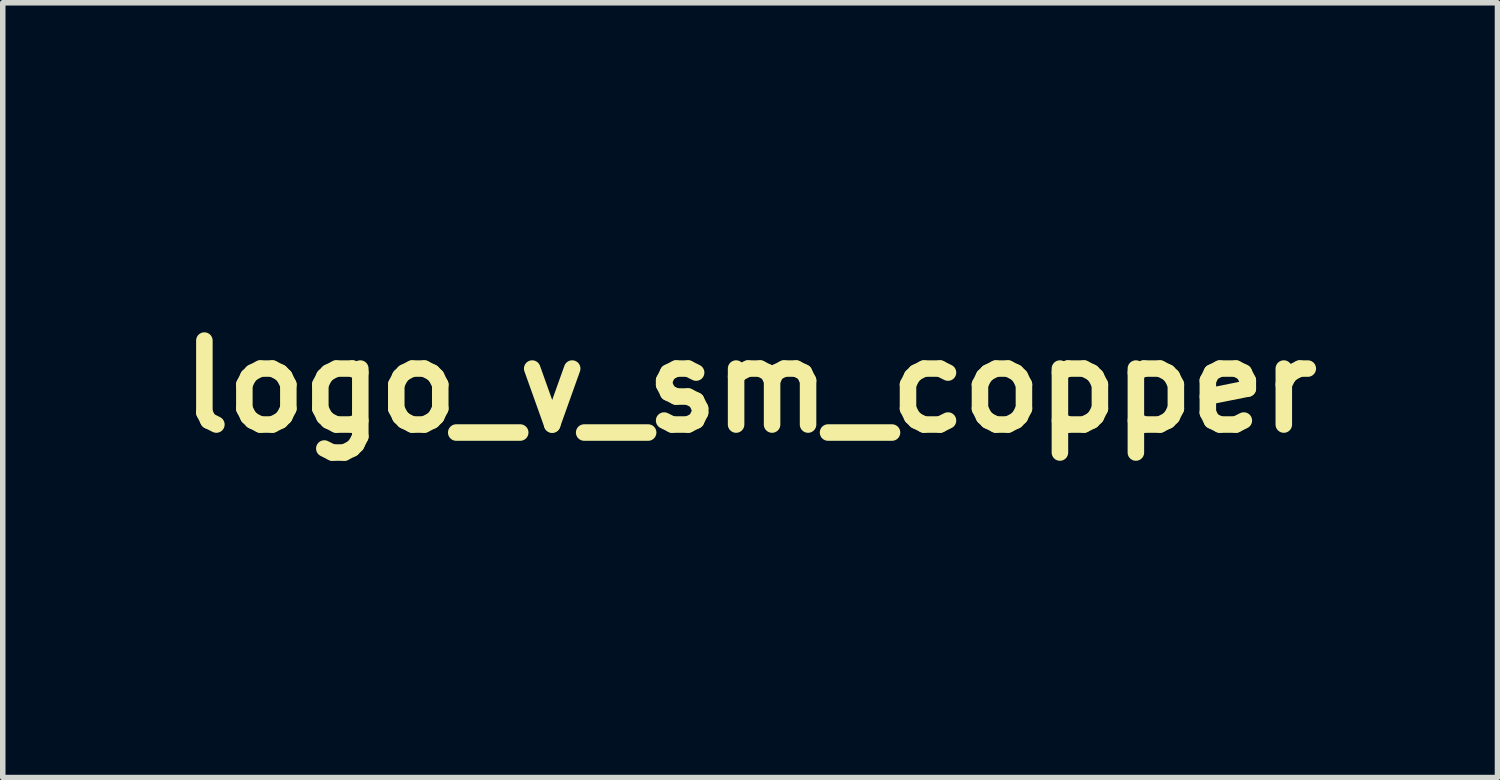
<source format=kicad_pcb>
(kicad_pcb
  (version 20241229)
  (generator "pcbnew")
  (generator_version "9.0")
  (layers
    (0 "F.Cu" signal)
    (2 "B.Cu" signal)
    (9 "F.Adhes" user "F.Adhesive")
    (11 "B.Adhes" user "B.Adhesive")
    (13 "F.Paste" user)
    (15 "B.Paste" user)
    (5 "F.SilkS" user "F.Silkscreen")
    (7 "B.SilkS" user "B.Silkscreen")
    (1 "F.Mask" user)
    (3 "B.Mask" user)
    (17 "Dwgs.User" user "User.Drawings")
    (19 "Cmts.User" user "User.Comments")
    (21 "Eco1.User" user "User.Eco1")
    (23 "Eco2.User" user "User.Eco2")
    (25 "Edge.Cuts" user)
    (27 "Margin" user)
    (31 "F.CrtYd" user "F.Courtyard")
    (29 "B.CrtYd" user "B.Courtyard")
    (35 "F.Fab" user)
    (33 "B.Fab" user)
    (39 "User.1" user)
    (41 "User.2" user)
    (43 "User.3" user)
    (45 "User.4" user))
  (footprint "logo_v_sm_copper"
    (layer "F.Cu")
    (at 10.566 3.967)
    (property "Reference" "logo_v_sm_copper" (at 0 0 0) (layer "F.SilkS") (effects (font (size 1.524 1.524) (thickness 0.3))))
    (attr through_hole)
    (fp_poly (pts (xy 1.232 -0.638) (xy 1.232 -0.638) (xy 1.229 -0.613) (xy 1.219 -0.614) (xy 1.212 -0.623) (xy 1.212 -0.643) (xy 1.218 -0.651) (xy 1.229 -0.656) (xy 1.232 -0.638)) (stroke (width 0.01) (type solid)) (fill yes) (layer "F.Mask"))
    (fp_poly (pts (xy -0.535 -0.782) (xy -0.54 -0.74) (xy -0.541 -0.707) (xy -0.539 -0.696) (xy -0.535 -0.676) (xy -0.542 -0.677) (xy -0.558 -0.698) (xy -0.569 -0.715) (xy -0.593 -0.758) (xy -0.523 -0.844) (xy -0.535 -0.782)) (stroke (width 0.01) (type solid)) (fill yes) (layer "F.Mask"))
    (fp_poly (pts (xy 0.406 -0.177) (xy 0.413 -0.068) (xy 0.478 0.005) (xy 0.517 0.045) (xy 0.545 0.067) (xy 0.559 0.069) (xy 0.57 0.068) (xy 0.569 0.077) (xy 0.56 0.092) (xy 0.546 0.092) (xy 0.524 0.077) (xy 0.49 0.044) (xy 0.467 0.018) (xy 0.394 -0.063) (xy 0.396 -0.174) (xy 0.398 -0.286) (xy 0.406 -0.177)) (stroke (width 0.01) (type solid)) (fill yes) (layer "F.Mask"))
    (fp_poly (pts (xy 1.319 -0.784) (xy 1.339 -0.781) (xy 1.341 -0.776) (xy 1.323 -0.765) (xy 1.308 -0.757) (xy 1.273 -0.732) (xy 1.238 -0.696) (xy 1.229 -0.685) (xy 1.199 -0.65) (xy 1.172 -0.636) (xy 1.161 -0.635) (xy 1.128 -0.635) (xy 1.165 -0.701) (xy 1.202 -0.752) (xy 1.245 -0.779) (xy 1.298 -0.786) (xy 1.319 -0.784)) (stroke (width 0.01) (type solid)) (fill yes) (layer "F.Mask"))
    (fp_poly (pts (xy 1.189 -0.619) (xy 1.208 -0.603) (xy 1.227 -0.57) (xy 1.229 -0.565) (xy 1.251 -0.511) (xy 1.256 -0.476) (xy 1.244 -0.459) (xy 1.233 -0.457) (xy 1.207 -0.465) (xy 1.197 -0.473) (xy 1.178 -0.503) (xy 1.157 -0.544) (xy 1.14 -0.585) (xy 1.137 -0.594) (xy 1.134 -0.614) (xy 1.147 -0.622) (xy 1.165 -0.622) (xy 1.189 -0.619)) (stroke (width 0.01) (type solid)) (fill yes) (layer "F.Mask"))
    (fp_poly (pts (xy 1.168 -0.244) (xy 1.167 -0.197) (xy 1.162 -0.166) (xy 1.149 -0.141) (xy 1.127 -0.115) (xy 1.123 -0.111) (xy 1.098 -0.084) (xy 1.08 -0.067) (xy 1.076 -0.064) (xy 1.067 -0.073) (xy 1.046 -0.096) (xy 1.026 -0.12) (xy 0.998 -0.154) (xy 0.984 -0.182) (xy 0.979 -0.216) (xy 0.978 -0.253) (xy 0.978 -0.33) (xy 1.168 -0.33) (xy 1.168 -0.244)) (stroke (width 0.01) (type solid)) (fill yes) (layer "F.Mask"))
    (fp_poly (pts (xy -0.692 0.227) (xy -0.612 0.317) (xy -0.573 0.359) (xy -0.547 0.384) (xy -0.53 0.395) (xy -0.517 0.395) (xy -0.51 0.391) (xy -0.496 0.381) (xy -0.5 0.388) (xy -0.506 0.397) (xy -0.524 0.415) (xy -0.533 0.419) (xy -0.545 0.41) (xy -0.569 0.386) (xy -0.602 0.351) (xy -0.627 0.325) (xy -0.711 0.231) (xy -0.709 0.08) (xy -0.706 -0.07) (xy -0.692 0.227)) (stroke (width 0.01) (type solid)) (fill yes) (layer "F.Mask"))
    (fp_poly (pts (xy 0.863 -0.244) (xy 0.869 -0.197) (xy 0.88 -0.162) (xy 0.902 -0.129) (xy 0.925 -0.101) (xy 0.955 -0.069) (xy 0.982 -0.046) (xy 0.998 -0.038) (xy 1.011 -0.032) (xy 1.01 -0.025) (xy 1 -0.015) (xy 0.987 -0.017) (xy 0.967 -0.032) (xy 0.937 -0.064) (xy 0.916 -0.088) (xy 0.884 -0.126) (xy 0.864 -0.154) (xy 0.855 -0.179) (xy 0.853 -0.209) (xy 0.853 -0.243) (xy 0.855 -0.324) (xy 0.863 -0.244)) (stroke (width 0.01) (type solid)) (fill yes) (layer "F.Mask"))
    (fp_poly (pts (xy -0.121 -0.191) (xy -0.117 -0.157) (xy -0.115 -0.106) (xy -0.114 -0.077) (xy -0.114 0.05) (xy -0.036 0.134) (xy 0.004 0.175) (xy 0.031 0.198) (xy 0.047 0.204) (xy 0.054 0.201) (xy 0.062 0.191) (xy 0.06 0.202) (xy 0.052 0.219) (xy 0.037 0.221) (xy 0.014 0.206) (xy -0.02 0.174) (xy -0.056 0.136) (xy -0.14 0.042) (xy -0.14 -0.081) (xy -0.138 -0.138) (xy -0.135 -0.18) (xy -0.13 -0.201) (xy -0.127 -0.203) (xy -0.121 -0.191)) (stroke (width 0.01) (type solid)) (fill yes) (layer "F.Mask"))
    (fp_poly (pts (xy 0.943 -0.327) (xy 0.953 -0.311) (xy 0.96 -0.274) (xy 0.963 -0.24) (xy 0.966 -0.194) (xy 0.974 -0.163) (xy 0.99 -0.137) (xy 1.019 -0.105) (xy 1.019 -0.105) (xy 1.051 -0.068) (xy 1.062 -0.045) (xy 1.059 -0.038) (xy 1.044 -0.039) (xy 1.016 -0.062) (xy 0.987 -0.094) (xy 0.956 -0.131) (xy 0.938 -0.159) (xy 0.93 -0.187) (xy 0.927 -0.224) (xy 0.927 -0.248) (xy 0.929 -0.295) (xy 0.933 -0.321) (xy 0.942 -0.327) (xy 0.943 -0.327)) (stroke (width 0.01) (type solid)) (fill yes) (layer "F.Mask"))
    (fp_poly (pts (xy -0.177 -0.917) (xy -0.123 -0.889) (xy -0.078 -0.842) (xy -0.047 -0.778) (xy -0.044 -0.77) (xy -0.034 -0.699) (xy -0.046 -0.634) (xy -0.078 -0.578) (xy -0.126 -0.536) (xy -0.148 -0.526) (xy -0.201 -0.51) (xy -0.252 -0.514) (xy -0.292 -0.528) (xy -0.326 -0.544) (xy -0.339 -0.556) (xy -0.333 -0.572) (xy -0.313 -0.597) (xy -0.281 -0.654) (xy -0.268 -0.718) (xy -0.277 -0.783) (xy -0.305 -0.841) (xy -0.312 -0.849) (xy -0.343 -0.886) (xy -0.297 -0.908) (xy -0.236 -0.924) (xy -0.177 -0.917)) (stroke (width 0.01) (type solid)) (fill yes) (layer "F.Mask"))
    (fp_poly (pts (xy -0.568 -2.053) (xy -0.532 -2.045) (xy -0.506 -2.036) (xy -0.441 -2.011) (xy -0.5 -1.977) (xy -0.54 -1.949) (xy -0.575 -1.918) (xy -0.587 -1.904) (xy -0.609 -1.88) (xy -0.627 -1.867) (xy -0.63 -1.867) (xy -0.648 -1.861) (xy -0.682 -1.847) (xy -0.716 -1.829) (xy -0.753 -1.811) (xy -0.778 -1.801) (xy -0.787 -1.8) (xy -0.78 -1.815) (xy -0.76 -1.844) (xy -0.731 -1.883) (xy -0.697 -1.927) (xy -0.663 -1.971) (xy -0.631 -2.01) (xy -0.605 -2.039) (xy -0.59 -2.053) (xy -0.589 -2.053) (xy -0.568 -2.053)) (stroke (width 0.01) (type solid)) (fill yes) (layer "F.Mask"))
    (fp_poly (pts (xy -0.3 -0.168) (xy -0.296 -0.152) (xy -0.294 -0.122) (xy -0.293 -0.075) (xy -0.293 -0.007) (xy -0.293 0.021) (xy -0.293 0.222) (xy -0.356 0.292) (xy -0.42 0.362) (xy -0.557 0.21) (xy -0.566 -0.019) (xy -0.569 0.102) (xy -0.572 0.224) (xy -0.526 0.267) (xy -0.477 0.318) (xy -0.449 0.355) (xy -0.442 0.381) (xy -0.448 0.391) (xy -0.461 0.392) (xy -0.483 0.377) (xy -0.516 0.344) (xy -0.543 0.314) (xy -0.622 0.225) (xy -0.622 -0.098) (xy -0.479 -0.132) (xy -0.421 -0.147) (xy -0.369 -0.159) (xy -0.332 -0.169) (xy -0.314 -0.173) (xy -0.306 -0.174) (xy -0.3 -0.168)) (stroke (width 0.01) (type solid)) (fill yes) (layer "F.Mask"))
    (fp_poly (pts (xy 0.267 0.039) (xy 0.213 0.099) (xy 0.185 0.131) (xy 0.164 0.155) (xy 0.156 0.164) (xy 0.145 0.159) (xy 0.122 0.139) (xy 0.09 0.109) (xy 0.083 0.102) (xy 0.014 0.033) (xy 0.009 -0.082) (xy 0.005 -0.197) (xy 0.003 -0.083) (xy 0.000114 0.032) (xy 0.07 0.11) (xy 0.104 0.15) (xy 0.123 0.177) (xy 0.128 0.193) (xy 0.123 0.201) (xy 0.11 0.204) (xy 0.091 0.192) (xy 0.063 0.165) (xy 0.027 0.127) (xy -0.052 0.039) (xy -0.044 -0.222) (xy 0.044 -0.236) (xy 0.102 -0.245) (xy 0.161 -0.254) (xy 0.2 -0.259) (xy 0.267 -0.268) (xy 0.267 0.039)) (stroke (width 0.01) (type solid)) (fill yes) (layer "F.Mask"))
    (fp_poly (pts (xy -1.824 -0.159) (xy -1.802 -0.145) (xy -1.778 -0.12) (xy -1.749 -0.083) (xy -1.715 -0.03) (xy -1.674 0.04) (xy -1.623 0.128) (xy -1.582 0.203) (xy -1.523 0.311) (xy -1.531 0.422) (xy -1.536 0.472) (xy -1.541 0.51) (xy -1.546 0.531) (xy -1.548 0.533) (xy -1.557 0.523) (xy -1.574 0.495) (xy -1.595 0.455) (xy -1.598 0.448) (xy -1.618 0.409) (xy -1.646 0.353) (xy -1.682 0.286) (xy -1.721 0.212) (xy -1.761 0.137) (xy -1.809 0.046) (xy -1.844 -0.026) (xy -1.868 -0.08) (xy -1.88 -0.118) (xy -1.883 -0.144) (xy -1.875 -0.158) (xy -1.866 -0.162) (xy -1.845 -0.164) (xy -1.824 -0.159)) (stroke (width 0.01) (type solid)) (fill yes) (layer "F.Mask"))
    (fp_poly (pts (xy -1.522 -1.424) (xy -1.53 -1.393) (xy -1.543 -1.346) (xy -1.56 -1.289) (xy -1.565 -1.273) (xy -1.587 -1.206) (xy -1.604 -1.158) (xy -1.62 -1.122) (xy -1.638 -1.094) (xy -1.661 -1.066) (xy -1.688 -1.038) (xy -1.752 -0.979) (xy -1.811 -0.939) (xy -1.863 -0.919) (xy -1.906 -0.919) (xy -1.935 -0.938) (xy -1.954 -0.976) (xy -1.952 -1.021) (xy -1.931 -1.065) (xy -1.921 -1.078) (xy -1.9 -1.098) (xy -1.866 -1.13) (xy -1.822 -1.17) (xy -1.772 -1.216) (xy -1.718 -1.264) (xy -1.665 -1.311) (xy -1.616 -1.355) (xy -1.573 -1.392) (xy -1.541 -1.419) (xy -1.523 -1.434) (xy -1.52 -1.435) (xy -1.522 -1.424)) (stroke (width 0.01) (type solid)) (fill yes) (layer "F.Mask"))
    (fp_poly (pts (xy -0.617 -0.731) (xy -0.601 -0.715) (xy -0.582 -0.683) (xy -0.573 -0.666) (xy -0.54 -0.6) (xy -0.511 -0.535) (xy -0.488 -0.475) (xy -0.474 -0.427) (xy -0.47 -0.401) (xy -0.472 -0.382) (xy -0.482 -0.372) (xy -0.507 -0.369) (xy -0.533 -0.368) (xy -0.573 -0.37) (xy -0.597 -0.379) (xy -0.617 -0.399) (xy -0.622 -0.406) (xy -0.642 -0.439) (xy -0.667 -0.487) (xy -0.695 -0.543) (xy -0.721 -0.599) (xy -0.742 -0.649) (xy -0.755 -0.685) (xy -0.756 -0.689) (xy -0.76 -0.714) (xy -0.749 -0.723) (xy -0.735 -0.724) (xy -0.701 -0.726) (xy -0.661 -0.731) (xy -0.659 -0.732) (xy -0.634 -0.735) (xy -0.617 -0.731)) (stroke (width 0.01) (type solid)) (fill yes) (layer "F.Mask"))
    (fp_poly (pts (xy -2.094 -2.289) (xy -2.062 -2.263) (xy -2.046 -2.227) (xy -2.049 -2.187) (xy -2.073 -2.15) (xy -2.074 -2.149) (xy -2.114 -2.125) (xy -2.157 -2.124) (xy -2.195 -2.145) (xy -2.197 -2.146) (xy -2.22 -2.183) (xy -2.222 -2.219) (xy -2.21 -2.219) (xy -2.208 -2.204) (xy -2.2 -2.208) (xy -2.183 -2.227) (xy -2.158 -2.25) (xy -2.134 -2.261) (xy -2.133 -2.261) (xy -2.113 -2.266) (xy -2.108 -2.273) (xy -2.118 -2.284) (xy -2.141 -2.285) (xy -2.169 -2.276) (xy -2.187 -2.265) (xy -2.205 -2.239) (xy -2.21 -2.219) (xy -2.222 -2.219) (xy -2.222 -2.224) (xy -2.208 -2.261) (xy -2.179 -2.288) (xy -2.139 -2.299) (xy -2.094 -2.289)) (stroke (width 0.01) (type solid)) (fill yes) (layer "F.Mask"))
    (fp_poly (pts (xy 0.749 -0.195) (xy 0.748 -0.07) (xy 0.697 -0.013) (xy 0.646 0.044) (xy 0.59 -0.019) (xy 0.533 -0.082) (xy 0.533 -0.181) (xy 0.532 -0.23) (xy 0.528 -0.264) (xy 0.522 -0.279) (xy 0.521 -0.279) (xy 0.514 -0.268) (xy 0.51 -0.235) (xy 0.508 -0.188) (xy 0.508 -0.183) (xy 0.508 -0.087) (xy 0.571 -0.016) (xy 0.608 0.029) (xy 0.625 0.059) (xy 0.622 0.074) (xy 0.612 0.076) (xy 0.6 0.067) (xy 0.576 0.044) (xy 0.544 0.01) (xy 0.536 0.001) (xy 0.47 -0.074) (xy 0.47 -0.29) (xy 0.562 -0.298) (xy 0.616 -0.303) (xy 0.667 -0.308) (xy 0.702 -0.313) (xy 0.749 -0.32) (xy 0.749 -0.195)) (stroke (width 0.01) (type solid)) (fill yes) (layer "F.Mask"))
    (fp_poly (pts (xy -1.982 -1.918) (xy -1.965 -1.891) (xy -1.942 -1.852) (xy -1.927 -1.825) (xy -1.899 -1.776) (xy -1.862 -1.713) (xy -1.819 -1.642) (xy -1.776 -1.57) (xy -1.76 -1.544) (xy -1.723 -1.484) (xy -1.692 -1.432) (xy -1.668 -1.39) (xy -1.654 -1.363) (xy -1.651 -1.355) (xy -1.66 -1.343) (xy -1.682 -1.319) (xy -1.713 -1.287) (xy -1.749 -1.253) (xy -1.783 -1.221) (xy -1.81 -1.197) (xy -1.827 -1.184) (xy -1.827 -1.184) (xy -1.832 -1.194) (xy -1.837 -1.222) (xy -1.839 -1.248) (xy -1.847 -1.318) (xy -1.862 -1.408) (xy -1.885 -1.516) (xy -1.915 -1.639) (xy -1.942 -1.74) (xy -1.959 -1.804) (xy -1.974 -1.859) (xy -1.984 -1.9) (xy -1.989 -1.923) (xy -1.989 -1.927) (xy -1.982 -1.918)) (stroke (width 0.01) (type solid)) (fill yes) (layer "F.Mask"))
    (fp_poly (pts (xy 1.138 3.166) (xy 1.142 3.178) (xy 1.154 3.21) (xy 1.171 3.259) (xy 1.192 3.321) (xy 1.216 3.392) (xy 1.242 3.468) (xy 1.268 3.545) (xy 1.294 3.62) (xy 1.317 3.689) (xy 1.337 3.748) (xy 1.352 3.793) (xy 1.361 3.821) (xy 1.363 3.827) (xy 1.353 3.837) (xy 1.327 3.85) (xy 1.292 3.865) (xy 1.256 3.877) (xy 1.225 3.885) (xy 1.219 3.885) (xy 1.21 3.878) (xy 1.198 3.855) (xy 1.18 3.815) (xy 1.158 3.755) (xy 1.129 3.674) (xy 1.094 3.571) (xy 1.092 3.566) (xy 1.063 3.48) (xy 1.037 3.401) (xy 1.014 3.334) (xy 0.997 3.281) (xy 0.985 3.245) (xy 0.98 3.23) (xy 0.99 3.221) (xy 1.016 3.207) (xy 1.051 3.191) (xy 1.088 3.177) (xy 1.119 3.167) (xy 1.137 3.165) (xy 1.138 3.166)) (stroke (width 0.01) (type solid)) (fill yes) (layer "F.Mask"))
    (fp_poly (pts (xy -0.329 -1.088) (xy -0.309 -1.086) (xy -0.237 -1.077) (xy -0.304 -1.055) (xy -0.361 -1.027) (xy -0.414 -0.989) (xy -0.42 -0.983) (xy -0.451 -0.954) (xy -0.466 -0.944) (xy -0.466 -0.954) (xy -0.455 -0.985) (xy -0.45 -0.997) (xy -0.436 -1.032) (xy -0.434 -1.046) (xy -0.441 -1.04) (xy -0.457 -1.014) (xy -0.481 -0.97) (xy -0.487 -0.959) (xy -0.517 -0.906) (xy -0.549 -0.856) (xy -0.579 -0.817) (xy -0.582 -0.814) (xy -0.614 -0.783) (xy -0.643 -0.767) (xy -0.682 -0.76) (xy -0.695 -0.758) (xy -0.733 -0.756) (xy -0.757 -0.757) (xy -0.762 -0.758) (xy -0.756 -0.775) (xy -0.739 -0.809) (xy -0.714 -0.854) (xy -0.683 -0.906) (xy -0.651 -0.958) (xy -0.646 -0.967) (xy -0.609 -1.02) (xy -0.578 -1.055) (xy -0.555 -1.071) (xy -0.555 -1.071) (xy -0.483 -1.083) (xy -0.403 -1.089) (xy -0.329 -1.088)) (stroke (width 0.01) (type solid)) (fill yes) (layer "F.Mask"))
    (fp_poly (pts (xy -0.311 -1.963) (xy -0.277 -1.951) (xy -0.224 -1.931) (xy -0.153 -1.905) (xy -0.068 -1.872) (xy 0.03 -1.834) (xy 0.14 -1.792) (xy 0.257 -1.746) (xy 0.382 -1.698) (xy 0.51 -1.647) (xy 0.641 -1.596) (xy 0.771 -1.544) (xy 0.9 -1.492) (xy 0.972 -1.464) (xy 1.081 -1.419) (xy 1.185 -1.378) (xy 1.279 -1.34) (xy 1.363 -1.306) (xy 1.432 -1.279) (xy 1.484 -1.258) (xy 1.517 -1.244) (xy 1.527 -1.24) (xy 1.552 -1.228) (xy 1.562 -1.219) (xy 1.551 -1.21) (xy 1.525 -1.198) (xy 1.492 -1.188) (xy 1.462 -1.183) (xy 1.453 -1.182) (xy 1.434 -1.187) (xy 1.396 -1.199) (xy 1.341 -1.217) (xy 1.274 -1.24) (xy 1.198 -1.267) (xy 1.168 -1.278) (xy 1.096 -1.303) (xy 1.004 -1.336) (xy 0.897 -1.373) (xy 0.78 -1.414) (xy 0.657 -1.456) (xy 0.533 -1.498) (xy 0.413 -1.539) (xy 0.413 -1.539) (xy -0.083 -1.707) (xy -0.205 -1.834) (xy -0.249 -1.881) (xy -0.285 -1.92) (xy -0.311 -1.949) (xy -0.324 -1.964) (xy -0.324 -1.966) (xy -0.311 -1.963)) (stroke (width 0.01) (type solid)) (fill yes) (layer "F.Mask"))
    (fp_poly (pts (xy 2.668 2.154) (xy 2.721 2.207) (xy 2.605 2.326) (xy 2.562 2.371) (xy 2.526 2.411) (xy 2.501 2.441) (xy 2.49 2.457) (xy 2.489 2.458) (xy 2.498 2.474) (xy 2.519 2.5) (xy 2.533 2.514) (xy 2.576 2.556) (xy 2.651 2.475) (xy 2.691 2.432) (xy 2.727 2.392) (xy 2.755 2.361) (xy 2.76 2.356) (xy 2.793 2.318) (xy 2.897 2.422) (xy 2.789 2.535) (xy 2.681 2.648) (xy 2.735 2.703) (xy 2.788 2.758) (xy 3.042 2.49) (xy 3.096 2.537) (xy 3.149 2.584) (xy 2.973 2.774) (xy 2.92 2.832) (xy 2.871 2.883) (xy 2.831 2.924) (xy 2.802 2.953) (xy 2.787 2.967) (xy 2.786 2.967) (xy 2.774 2.96) (xy 2.746 2.937) (xy 2.706 2.903) (xy 2.657 2.858) (xy 2.601 2.806) (xy 2.59 2.796) (xy 2.528 2.738) (xy 2.466 2.68) (xy 2.41 2.628) (xy 2.363 2.584) (xy 2.332 2.556) (xy 2.258 2.489) (xy 2.396 2.341) (xy 2.447 2.287) (xy 2.495 2.235) (xy 2.535 2.19) (xy 2.565 2.158) (xy 2.574 2.148) (xy 2.614 2.102) (xy 2.668 2.154)) (stroke (width 0.01) (type solid)) (fill yes) (layer "F.Mask"))
    (fp_poly (pts (xy -3.689 -1.742) (xy -3.666 -1.735) (xy -3.63 -1.722) (xy -3.614 -1.715) (xy -3.558 -1.691) (xy -3.602 -1.588) (xy -3.622 -1.54) (xy -3.636 -1.501) (xy -3.642 -1.476) (xy -3.642 -1.471) (xy -3.629 -1.463) (xy -3.596 -1.446) (xy -3.547 -1.424) (xy -3.484 -1.397) (xy -3.411 -1.367) (xy -3.374 -1.352) (xy -3.297 -1.322) (xy -3.229 -1.294) (xy -3.172 -1.271) (xy -3.131 -1.253) (xy -3.107 -1.243) (xy -3.104 -1.241) (xy -3.105 -1.227) (xy -3.114 -1.196) (xy -3.13 -1.155) (xy -3.13 -1.153) (xy -3.163 -1.071) (xy -3.439 -1.182) (xy -3.517 -1.213) (xy -3.587 -1.24) (xy -3.646 -1.262) (xy -3.691 -1.277) (xy -3.717 -1.285) (xy -3.723 -1.285) (xy -3.73 -1.27) (xy -3.744 -1.237) (xy -3.762 -1.193) (xy -3.766 -1.181) (xy -3.784 -1.135) (xy -3.799 -1.099) (xy -3.808 -1.079) (xy -3.809 -1.077) (xy -3.824 -1.077) (xy -3.854 -1.086) (xy -3.886 -1.098) (xy -3.923 -1.115) (xy -3.947 -1.13) (xy -3.953 -1.138) (xy -3.948 -1.152) (xy -3.934 -1.187) (xy -3.913 -1.239) (xy -3.887 -1.304) (xy -3.857 -1.38) (xy -3.829 -1.448) (xy -3.789 -1.545) (xy -3.757 -1.621) (xy -3.732 -1.677) (xy -3.713 -1.714) (xy -3.699 -1.736) (xy -3.69 -1.742) (xy -3.689 -1.742)) (stroke (width 0.01) (type solid)) (fill yes) (layer "F.Mask"))
    (fp_poly (pts (xy -0.582 3.292) (xy -0.499 3.322) (xy -0.466 3.341) (xy -0.423 3.378) (xy -0.386 3.428) (xy -0.357 3.481) (xy -0.343 3.529) (xy -0.343 3.539) (xy -0.345 3.555) (xy -0.353 3.564) (xy -0.375 3.568) (xy -0.415 3.569) (xy -0.43 3.569) (xy -0.516 3.569) (xy -0.528 3.522) (xy -0.552 3.472) (xy -0.595 3.439) (xy -0.652 3.425) (xy -0.663 3.425) (xy -0.726 3.436) (xy -0.776 3.468) (xy -0.813 3.521) (xy -0.836 3.593) (xy -0.844 3.683) (xy -0.844 3.685) (xy -0.843 3.74) (xy -0.838 3.777) (xy -0.827 3.804) (xy -0.818 3.819) (xy -0.777 3.856) (xy -0.727 3.877) (xy -0.674 3.881) (xy -0.624 3.868) (xy -0.585 3.838) (xy -0.574 3.822) (xy -0.557 3.797) (xy -0.544 3.785) (xy -0.543 3.785) (xy -0.52 3.789) (xy -0.486 3.802) (xy -0.449 3.818) (xy -0.417 3.835) (xy -0.397 3.848) (xy -0.394 3.853) (xy -0.403 3.88) (xy -0.427 3.915) (xy -0.461 3.951) (xy -0.498 3.983) (xy -0.525 4) (xy -0.586 4.018) (xy -0.66 4.025) (xy -0.739 4.02) (xy -0.804 4.005) (xy -0.874 3.972) (xy -0.936 3.918) (xy -0.985 3.852) (xy -1.01 3.792) (xy -1.025 3.704) (xy -1.02 3.614) (xy -1 3.526) (xy -0.964 3.445) (xy -0.915 3.376) (xy -0.855 3.325) (xy -0.836 3.314) (xy -0.758 3.287) (xy -0.671 3.28) (xy -0.582 3.292)) (stroke (width 0.01) (type solid)) (fill yes) (layer "F.Mask"))
    (fp_poly (pts (xy -1.525 2.982) (xy -1.483 3.005) (xy -1.45 3.023) (xy -1.432 3.035) (xy -1.431 3.035) (xy -1.43 3.05) (xy -1.433 3.086) (xy -1.438 3.14) (xy -1.445 3.21) (xy -1.455 3.291) (xy -1.466 3.379) (xy -1.478 3.47) (xy -1.489 3.554) (xy -1.499 3.627) (xy -1.506 3.686) (xy -1.512 3.727) (xy -1.514 3.746) (xy -1.519 3.768) (xy -1.532 3.777) (xy -1.556 3.774) (xy -1.595 3.756) (xy -1.617 3.745) (xy -1.657 3.724) (xy -1.678 3.708) (xy -1.686 3.693) (xy -1.683 3.674) (xy -1.683 3.674) (xy -1.675 3.639) (xy -1.667 3.596) (xy -1.665 3.588) (xy -1.655 3.535) (xy -1.884 3.412) (xy -1.942 3.478) (xy -2 3.544) (xy -2.08 3.502) (xy -2.118 3.481) (xy -2.145 3.462) (xy -2.156 3.451) (xy -2.156 3.451) (xy -2.146 3.44) (xy -2.12 3.414) (xy -2.08 3.376) (xy -2.028 3.327) (xy -2.013 3.312) (xy -1.782 3.312) (xy -1.707 3.35) (xy -1.669 3.369) (xy -1.641 3.382) (xy -1.629 3.386) (xy -1.626 3.373) (xy -1.62 3.341) (xy -1.611 3.294) (xy -1.602 3.248) (xy -1.593 3.193) (xy -1.585 3.148) (xy -1.581 3.12) (xy -1.58 3.111) (xy -1.589 3.12) (xy -1.612 3.143) (xy -1.646 3.176) (xy -1.682 3.212) (xy -1.782 3.312) (xy -2.013 3.312) (xy -1.967 3.27) (xy -1.899 3.206) (xy -1.881 3.189) (xy -1.609 2.937) (xy -1.525 2.982)) (stroke (width 0.01) (type solid)) (fill yes) (layer "F.Mask"))
    (fp_poly (pts (xy 1.435 -0.76) (xy 1.462 -0.73) (xy 1.474 -0.707) (xy 1.495 -0.639) (xy 1.493 -0.577) (xy 1.468 -0.516) (xy 1.464 -0.511) (xy 1.443 -0.48) (xy 1.425 -0.464) (xy 1.4 -0.458) (xy 1.359 -0.457) (xy 1.357 -0.457) (xy 1.312 -0.459) (xy 1.287 -0.466) (xy 1.278 -0.477) (xy 1.271 -0.501) (xy 1.276 -0.505) (xy 1.283 -0.501) (xy 1.286 -0.505) (xy 1.276 -0.525) (xy 1.27 -0.536) (xy 1.249 -0.592) (xy 1.25 -0.609) (xy 1.27 -0.609) (xy 1.287 -0.567) (xy 1.293 -0.558) (xy 1.316 -0.53) (xy 1.338 -0.576) (xy 1.352 -0.609) (xy 1.353 -0.633) (xy 1.342 -0.66) (xy 1.342 -0.661) (xy 1.33 -0.687) (xy 1.333 -0.699) (xy 1.352 -0.706) (xy 1.354 -0.706) (xy 1.392 -0.705) (xy 1.425 -0.684) (xy 1.449 -0.651) (xy 1.458 -0.611) (xy 1.448 -0.573) (xy 1.419 -0.54) (xy 1.381 -0.525) (xy 1.355 -0.527) (xy 1.337 -0.531) (xy 1.342 -0.525) (xy 1.346 -0.521) (xy 1.377 -0.513) (xy 1.415 -0.522) (xy 1.448 -0.545) (xy 1.451 -0.548) (xy 1.471 -0.589) (xy 1.471 -0.636) (xy 1.453 -0.68) (xy 1.442 -0.693) (xy 1.403 -0.718) (xy 1.362 -0.722) (xy 1.324 -0.71) (xy 1.294 -0.684) (xy 1.274 -0.649) (xy 1.27 -0.609) (xy 1.25 -0.609) (xy 1.251 -0.649) (xy 1.272 -0.7) (xy 1.313 -0.74) (xy 1.352 -0.759) (xy 1.4 -0.769) (xy 1.435 -0.76)) (stroke (width 0.01) (type solid)) (fill yes) (layer "F.Mask"))
    (fp_poly (pts (xy 1.644 -1.198) (xy 1.673 -1.176) (xy 1.7 -1.148) (xy 1.719 -1.121) (xy 1.724 -1.101) (xy 1.71 -1.084) (xy 1.677 -1.058) (xy 1.631 -1.026) (xy 1.574 -0.988) (xy 1.512 -0.949) (xy 1.447 -0.911) (xy 1.386 -0.876) (xy 1.33 -0.846) (xy 1.286 -0.825) (xy 1.256 -0.814) (xy 1.249 -0.813) (xy 1.224 -0.819) (xy 1.189 -0.835) (xy 1.178 -0.842) (xy 1.143 -0.867) (xy 1.115 -0.893) (xy 1.11 -0.9) (xy 1.095 -0.93) (xy 1.097 -0.956) (xy 1.097 -0.956) (xy 1.158 -0.956) (xy 1.162 -0.954) (xy 1.177 -0.962) (xy 1.211 -0.978) (xy 1.259 -1.002) (xy 1.318 -1.031) (xy 1.36 -1.052) (xy 1.425 -1.083) (xy 1.483 -1.109) (xy 1.53 -1.129) (xy 1.561 -1.141) (xy 1.571 -1.143) (xy 1.599 -1.135) (xy 1.63 -1.117) (xy 1.63 -1.117) (xy 1.652 -1.102) (xy 1.663 -1.102) (xy 1.664 -1.103) (xy 1.655 -1.119) (xy 1.632 -1.14) (xy 1.629 -1.143) (xy 1.592 -1.163) (xy 1.556 -1.163) (xy 1.527 -1.154) (xy 1.483 -1.136) (xy 1.428 -1.111) (xy 1.368 -1.082) (xy 1.308 -1.052) (xy 1.253 -1.024) (xy 1.207 -0.998) (xy 1.177 -0.979) (xy 1.168 -0.972) (xy 1.158 -0.956) (xy 1.097 -0.956) (xy 1.118 -0.982) (xy 1.16 -1.009) (xy 1.209 -1.033) (xy 1.327 -1.088) (xy 1.427 -1.132) (xy 1.508 -1.167) (xy 1.568 -1.191) (xy 1.607 -1.204) (xy 1.621 -1.206) (xy 1.644 -1.198)) (stroke (width 0.01) (type solid)) (fill yes) (layer "F.Mask"))
    (fp_poly (pts (xy -2.593 2.129) (xy -2.568 2.151) (xy -2.536 2.183) (xy -2.527 2.191) (xy -2.456 2.262) (xy -2.546 2.442) (xy -2.579 2.509) (xy -2.611 2.573) (xy -2.638 2.628) (xy -2.658 2.669) (xy -2.663 2.682) (xy -2.691 2.741) (xy -2.48 2.639) (xy -2.411 2.606) (xy -2.348 2.575) (xy -2.296 2.549) (xy -2.26 2.53) (xy -2.243 2.52) (xy -2.228 2.512) (xy -2.214 2.514) (xy -2.195 2.526) (xy -2.165 2.553) (xy -2.143 2.575) (xy -2.11 2.61) (xy -2.085 2.639) (xy -2.072 2.658) (xy -2.072 2.66) (xy -2.081 2.672) (xy -2.106 2.7) (xy -2.145 2.74) (xy -2.195 2.79) (xy -2.253 2.849) (xy -2.318 2.913) (xy -2.323 2.918) (xy -2.573 3.162) (xy -2.681 3.052) (xy -2.499 2.876) (xy -2.438 2.817) (xy -2.395 2.774) (xy -2.368 2.745) (xy -2.356 2.729) (xy -2.358 2.725) (xy -2.372 2.732) (xy -2.375 2.733) (xy -2.407 2.75) (xy -2.456 2.775) (xy -2.516 2.805) (xy -2.583 2.837) (xy -2.613 2.852) (xy -2.795 2.938) (xy -2.844 2.89) (xy -2.894 2.841) (xy -2.863 2.783) (xy -2.846 2.75) (xy -2.821 2.7) (xy -2.791 2.64) (xy -2.759 2.574) (xy -2.748 2.553) (xy -2.665 2.381) (xy -2.835 2.555) (xy -3.006 2.729) (xy -3.059 2.675) (xy -3.112 2.621) (xy -2.861 2.371) (xy -2.796 2.306) (xy -2.737 2.247) (xy -2.685 2.197) (xy -2.645 2.158) (xy -2.617 2.132) (xy -2.605 2.121) (xy -2.604 2.121) (xy -2.593 2.129)) (stroke (width 0.01) (type solid)) (fill yes) (layer "F.Mask"))
    (fp_poly (pts (xy -2.042 -3.146) (xy -1.966 -3.094) (xy -1.894 -3.043) (xy -1.828 -2.998) (xy -1.774 -2.96) (xy -1.733 -2.932) (xy -1.717 -2.921) (xy -1.683 -2.897) (xy -1.659 -2.878) (xy -1.651 -2.87) (xy -1.661 -2.859) (xy -1.686 -2.839) (xy -1.722 -2.813) (xy -1.728 -2.808) (xy -1.804 -2.754) (xy -1.948 -2.868) (xy -2.042 -2.803) (xy -2.095 -2.766) (xy -2.129 -2.738) (xy -2.149 -2.716) (xy -2.155 -2.694) (xy -2.151 -2.667) (xy -2.139 -2.631) (xy -2.136 -2.62) (xy -2.122 -2.578) (xy -2.113 -2.548) (xy -2.111 -2.535) (xy -2.111 -2.535) (xy -2.122 -2.527) (xy -2.149 -2.508) (xy -2.178 -2.488) (xy -2.214 -2.463) (xy -2.243 -2.443) (xy -2.255 -2.435) (xy -2.263 -2.445) (xy -2.277 -2.478) (xy -2.296 -2.535) (xy -2.321 -2.614) (xy -2.351 -2.716) (xy -2.374 -2.798) (xy -2.401 -2.891) (xy -2.425 -2.976) (xy -2.446 -3.051) (xy -2.464 -3.112) (xy -2.471 -3.137) (xy -2.303 -3.137) (xy -2.302 -3.126) (xy -2.294 -3.095) (xy -2.28 -3.05) (xy -2.263 -2.998) (xy -2.217 -2.859) (xy -2.143 -2.911) (xy -2.109 -2.938) (xy -2.086 -2.959) (xy -2.079 -2.971) (xy -2.079 -2.972) (xy -2.099 -2.988) (xy -2.131 -3.012) (xy -2.171 -3.042) (xy -2.212 -3.073) (xy -2.252 -3.101) (xy -2.283 -3.124) (xy -2.301 -3.136) (xy -2.303 -3.137) (xy -2.471 -3.137) (xy -2.476 -3.156) (xy -2.483 -3.179) (xy -2.484 -3.182) (xy -2.477 -3.195) (xy -2.453 -3.217) (xy -2.416 -3.246) (xy -2.395 -3.261) (xy -2.301 -3.327) (xy -2.042 -3.146)) (stroke (width 0.01) (type solid)) (fill yes) (layer "F.Mask"))
    (fp_poly (pts (xy -0.157 -1.057) (xy -0.117 -1.053) (xy -0.085 -1.046) (xy -0.08 -1.043) (xy -0.057 -1.021) (xy -0.03 -0.981) (xy -0.003 -0.928) (xy 0.023 -0.869) (xy 0.042 -0.808) (xy 0.045 -0.8) (xy 0.059 -0.713) (xy 0.054 -0.631) (xy 0.027 -0.552) (xy -0.021 -0.471) (xy -0.065 -0.416) (xy -0.096 -0.382) (xy -0.119 -0.364) (xy -0.142 -0.358) (xy -0.163 -0.358) (xy -0.198 -0.36) (xy -0.248 -0.362) (xy -0.305 -0.365) (xy -0.318 -0.365) (xy -0.426 -0.369) (xy -0.439 -0.426) (xy -0.446 -0.459) (xy -0.448 -0.48) (xy -0.447 -0.483) (xy -0.435 -0.476) (xy -0.412 -0.459) (xy -0.41 -0.457) (xy -0.379 -0.436) (xy -0.366 -0.433) (xy -0.372 -0.446) (xy -0.397 -0.473) (xy -0.453 -0.54) (xy -0.487 -0.615) (xy -0.499 -0.697) (xy -0.449 -0.697) (xy -0.429 -0.632) (xy -0.388 -0.573) (xy -0.327 -0.524) (xy -0.301 -0.509) (xy -0.239 -0.487) (xy -0.181 -0.487) (xy -0.12 -0.509) (xy -0.113 -0.512) (xy -0.058 -0.554) (xy -0.021 -0.61) (xy -0.002 -0.674) (xy -0.002 -0.743) (xy -0.021 -0.811) (xy -0.059 -0.875) (xy -0.093 -0.911) (xy -0.153 -0.948) (xy -0.217 -0.962) (xy -0.283 -0.951) (xy -0.347 -0.917) (xy -0.377 -0.891) (xy -0.424 -0.831) (xy -0.448 -0.765) (xy -0.449 -0.697) (xy -0.499 -0.697) (xy -0.5 -0.702) (xy -0.501 -0.718) (xy -0.499 -0.771) (xy -0.492 -0.812) (xy -0.476 -0.85) (xy -0.462 -0.877) (xy -0.406 -0.953) (xy -0.335 -1.01) (xy -0.253 -1.045) (xy -0.161 -1.057) (xy -0.157 -1.057)) (stroke (width 0.01) (type solid)) (fill yes) (layer "F.Mask"))
    (fp_poly (pts (xy 2.024 2.734) (xy 2.102 2.862) (xy 2.167 2.97) (xy 2.221 3.06) (xy 2.265 3.134) (xy 2.3 3.192) (xy 2.325 3.238) (xy 2.344 3.272) (xy 2.356 3.296) (xy 2.362 3.313) (xy 2.364 3.323) (xy 2.362 3.328) (xy 2.36 3.329) (xy 2.3 3.367) (xy 2.253 3.391) (xy 2.221 3.401) (xy 2.213 3.4) (xy 2.195 3.393) (xy 2.158 3.376) (xy 2.106 3.352) (xy 2.043 3.322) (xy 1.973 3.289) (xy 1.965 3.285) (xy 1.889 3.249) (xy 1.827 3.221) (xy 1.783 3.203) (xy 1.758 3.195) (xy 1.752 3.198) (xy 1.763 3.216) (xy 1.785 3.251) (xy 1.816 3.299) (xy 1.852 3.355) (xy 1.873 3.39) (xy 1.91 3.448) (xy 1.941 3.497) (xy 1.964 3.535) (xy 1.976 3.558) (xy 1.978 3.563) (xy 1.962 3.574) (xy 1.934 3.591) (xy 1.899 3.611) (xy 1.867 3.63) (xy 1.844 3.642) (xy 1.837 3.645) (xy 1.827 3.635) (xy 1.811 3.61) (xy 1.808 3.604) (xy 1.796 3.581) (xy 1.772 3.541) (xy 1.739 3.486) (xy 1.699 3.421) (xy 1.655 3.348) (xy 1.625 3.3) (xy 1.464 3.037) (xy 1.537 2.992) (xy 1.61 2.946) (xy 1.861 3.067) (xy 1.945 3.107) (xy 2.009 3.137) (xy 2.053 3.156) (xy 2.081 3.165) (xy 2.093 3.166) (xy 2.091 3.159) (xy 2.073 3.131) (xy 2.046 3.09) (xy 2.014 3.039) (xy 1.98 2.984) (xy 1.946 2.929) (xy 1.916 2.879) (xy 1.891 2.838) (xy 1.875 2.81) (xy 1.87 2.8) (xy 1.879 2.788) (xy 1.904 2.768) (xy 1.937 2.747) (xy 2.007 2.706) (xy 2.024 2.734)) (stroke (width 0.01) (type solid)) (fill yes) (layer "F.Mask"))
    (fp_poly (pts (xy 3.227 -2.454) (xy 3.247 -2.429) (xy 3.275 -2.392) (xy 3.288 -2.374) (xy 3.354 -2.284) (xy 3.243 -2.117) (xy 3.193 -2.041) (xy 3.137 -1.955) (xy 3.08 -1.869) (xy 3.031 -1.794) (xy 3.027 -1.788) (xy 2.989 -1.731) (xy 2.957 -1.684) (xy 2.931 -1.648) (xy 2.915 -1.629) (xy 2.911 -1.626) (xy 2.9 -1.636) (xy 2.878 -1.661) (xy 2.851 -1.697) (xy 2.847 -1.702) (xy 2.792 -1.778) (xy 2.832 -1.824) (xy 2.865 -1.864) (xy 2.884 -1.895) (xy 2.888 -1.923) (xy 2.877 -1.954) (xy 2.85 -1.996) (xy 2.826 -2.028) (xy 2.794 -2.071) (xy 2.768 -2.105) (xy 2.753 -2.126) (xy 2.749 -2.131) (xy 2.737 -2.129) (xy 2.707 -2.119) (xy 2.666 -2.105) (xy 2.659 -2.103) (xy 2.572 -2.071) (xy 2.55 -2.099) (xy 2.515 -2.145) (xy 2.494 -2.175) (xy 2.901 -2.175) (xy 2.91 -2.16) (xy 2.929 -2.132) (xy 2.951 -2.1) (xy 2.972 -2.07) (xy 2.988 -2.05) (xy 2.993 -2.045) (xy 3.001 -2.055) (xy 3.021 -2.08) (xy 3.049 -2.119) (xy 3.08 -2.16) (xy 3.113 -2.206) (xy 3.139 -2.245) (xy 3.156 -2.271) (xy 3.16 -2.28) (xy 3.147 -2.278) (xy 3.115 -2.268) (xy 3.069 -2.254) (xy 3.025 -2.238) (xy 2.96 -2.214) (xy 2.92 -2.195) (xy 2.902 -2.18) (xy 2.901 -2.175) (xy 2.494 -2.175) (xy 2.488 -2.184) (xy 2.47 -2.214) (xy 2.465 -2.228) (xy 2.466 -2.229) (xy 2.478 -2.233) (xy 2.512 -2.244) (xy 2.562 -2.26) (xy 2.626 -2.281) (xy 2.7 -2.304) (xy 2.78 -2.329) (xy 2.863 -2.355) (xy 2.944 -2.381) (xy 3.022 -2.405) (xy 3.091 -2.426) (xy 3.149 -2.444) (xy 3.191 -2.456) (xy 3.215 -2.463) (xy 3.218 -2.464) (xy 3.227 -2.454)) (stroke (width 0.01) (type solid)) (fill yes) (layer "F.Mask"))
    (fp_poly (pts (xy 0.648 3.367) (xy 0.649 3.396) (xy 0.653 3.445) (xy 0.659 3.511) (xy 0.666 3.589) (xy 0.674 3.674) (xy 0.679 3.721) (xy 0.687 3.805) (xy 0.694 3.881) (xy 0.699 3.944) (xy 0.703 3.991) (xy 0.704 4.019) (xy 0.703 4.025) (xy 0.689 4.029) (xy 0.656 4.033) (xy 0.617 4.036) (xy 0.537 4.041) (xy 0.528 3.912) (xy 0.523 3.844) (xy 0.518 3.797) (xy 0.512 3.768) (xy 0.502 3.753) (xy 0.488 3.749) (xy 0.468 3.751) (xy 0.465 3.751) (xy 0.434 3.755) (xy 0.386 3.761) (xy 0.331 3.766) (xy 0.319 3.767) (xy 0.213 3.775) (xy 0.22 3.84) (xy 0.226 3.889) (xy 0.232 3.948) (xy 0.236 3.991) (xy 0.245 4.077) (xy 0.208 4.077) (xy 0.169 4.079) (xy 0.126 4.084) (xy 0.125 4.085) (xy 0.078 4.092) (xy 0.071 4.024) (xy 0.067 3.991) (xy 0.062 3.937) (xy 0.055 3.868) (xy 0.048 3.789) (xy 0.039 3.704) (xy 0.037 3.683) (xy 0.03 3.602) (xy 0.022 3.529) (xy 0.016 3.468) (xy 0.011 3.423) (xy 0.007 3.398) (xy 0.007 3.395) (xy 0.01 3.38) (xy 0.035 3.37) (xy 0.081 3.366) (xy 0.108 3.365) (xy 0.176 3.365) (xy 0.184 3.464) (xy 0.19 3.533) (xy 0.195 3.58) (xy 0.202 3.609) (xy 0.21 3.624) (xy 0.222 3.629) (xy 0.239 3.627) (xy 0.239 3.627) (xy 0.267 3.623) (xy 0.312 3.618) (xy 0.366 3.614) (xy 0.384 3.612) (xy 0.495 3.604) (xy 0.495 3.564) (xy 0.493 3.531) (xy 0.489 3.484) (xy 0.482 3.431) (xy 0.482 3.43) (xy 0.477 3.384) (xy 0.473 3.35) (xy 0.473 3.333) (xy 0.473 3.333) (xy 0.486 3.33) (xy 0.518 3.326) (xy 0.561 3.321) (xy 0.562 3.321) (xy 0.648 3.312) (xy 0.648 3.367)) (stroke (width 0.01) (type solid)) (fill yes) (layer "F.Mask"))
    (fp_poly (pts (xy 2.222 -3.366) (xy 2.241 -3.357) (xy 2.27 -3.339) (xy 2.312 -3.31) (xy 2.37 -3.268) (xy 2.414 -3.236) (xy 2.477 -3.189) (xy 2.534 -3.147) (xy 2.583 -3.113) (xy 2.619 -3.087) (xy 2.639 -3.075) (xy 2.639 -3.075) (xy 2.668 -3.059) (xy 2.626 -3.002) (xy 2.602 -2.969) (xy 2.583 -2.946) (xy 2.576 -2.939) (xy 2.563 -2.944) (xy 2.533 -2.962) (xy 2.492 -2.99) (xy 2.442 -3.026) (xy 2.42 -3.043) (xy 2.273 -3.153) (xy 2.249 -3.123) (xy 2.224 -3.089) (xy 2.206 -3.058) (xy 2.197 -3.036) (xy 2.198 -3.031) (xy 2.215 -3.017) (xy 2.247 -2.994) (xy 2.288 -2.964) (xy 2.332 -2.932) (xy 2.375 -2.901) (xy 2.41 -2.876) (xy 2.432 -2.861) (xy 2.436 -2.859) (xy 2.447 -2.845) (xy 2.443 -2.821) (xy 2.422 -2.786) (xy 2.395 -2.752) (xy 2.366 -2.716) (xy 2.24 -2.812) (xy 2.191 -2.849) (xy 2.149 -2.879) (xy 2.118 -2.899) (xy 2.102 -2.908) (xy 2.102 -2.908) (xy 2.089 -2.898) (xy 2.068 -2.875) (xy 2.044 -2.846) (xy 2.022 -2.816) (xy 2.008 -2.795) (xy 2.007 -2.79) (xy 2.016 -2.781) (xy 2.043 -2.76) (xy 2.083 -2.729) (xy 2.133 -2.692) (xy 2.159 -2.674) (xy 2.219 -2.629) (xy 2.261 -2.597) (xy 2.287 -2.572) (xy 2.297 -2.552) (xy 2.294 -2.533) (xy 2.279 -2.511) (xy 2.254 -2.483) (xy 2.252 -2.48) (xy 2.216 -2.439) (xy 1.991 -2.607) (xy 1.918 -2.661) (xy 1.863 -2.703) (xy 1.824 -2.734) (xy 1.799 -2.756) (xy 1.785 -2.771) (xy 1.78 -2.782) (xy 1.783 -2.791) (xy 1.79 -2.799) (xy 1.79 -2.8) (xy 1.804 -2.817) (xy 1.829 -2.85) (xy 1.865 -2.897) (xy 1.908 -2.954) (xy 1.955 -3.018) (xy 2.005 -3.085) (xy 2.054 -3.152) (xy 2.1 -3.215) (xy 2.141 -3.272) (xy 2.174 -3.317) (xy 2.196 -3.348) (xy 2.204 -3.36) (xy 2.211 -3.366) (xy 2.222 -3.366)) (stroke (width 0.01) (type solid)) (fill yes) (layer "F.Mask"))
    (fp_poly (pts (xy 3.783 -1.547) (xy 3.794 -1.516) (xy 3.808 -1.475) (xy 3.834 -1.395) (xy 3.687 -1.202) (xy 3.638 -1.139) (xy 3.593 -1.081) (xy 3.553 -1.031) (xy 3.523 -0.993) (xy 3.506 -0.973) (xy 3.487 -0.95) (xy 3.485 -0.942) (xy 3.498 -0.945) (xy 3.499 -0.945) (xy 3.519 -0.953) (xy 3.558 -0.967) (xy 3.613 -0.986) (xy 3.677 -1.009) (xy 3.73 -1.028) (xy 3.936 -1.101) (xy 3.963 -1.02) (xy 3.976 -0.978) (xy 3.984 -0.947) (xy 3.986 -0.933) (xy 3.986 -0.933) (xy 3.973 -0.928) (xy 3.939 -0.916) (xy 3.887 -0.897) (xy 3.821 -0.874) (xy 3.744 -0.847) (xy 3.658 -0.817) (xy 3.651 -0.815) (xy 3.563 -0.785) (xy 3.483 -0.757) (xy 3.413 -0.733) (xy 3.357 -0.713) (xy 3.319 -0.7) (xy 3.3 -0.693) (xy 3.3 -0.693) (xy 3.287 -0.693) (xy 3.276 -0.706) (xy 3.262 -0.738) (xy 3.251 -0.77) (xy 3.236 -0.819) (xy 3.23 -0.851) (xy 3.234 -0.872) (xy 3.237 -0.878) (xy 3.251 -0.899) (xy 3.278 -0.935) (xy 3.315 -0.983) (xy 3.357 -1.038) (xy 3.402 -1.097) (xy 3.447 -1.154) (xy 3.489 -1.207) (xy 3.523 -1.25) (xy 3.548 -1.28) (xy 3.555 -1.288) (xy 3.573 -1.31) (xy 3.575 -1.316) (xy 3.562 -1.311) (xy 3.54 -1.302) (xy 3.501 -1.287) (xy 3.449 -1.268) (xy 3.389 -1.246) (xy 3.326 -1.224) (xy 3.264 -1.203) (xy 3.208 -1.184) (xy 3.162 -1.169) (xy 3.131 -1.16) (xy 3.119 -1.157) (xy 3.113 -1.171) (xy 3.102 -1.202) (xy 3.089 -1.242) (xy 3.075 -1.289) (xy 3.071 -1.316) (xy 3.077 -1.327) (xy 3.077 -1.327) (xy 3.098 -1.333) (xy 3.132 -1.344) (xy 3.143 -1.347) (xy 3.17 -1.355) (xy 3.216 -1.371) (xy 3.278 -1.392) (xy 3.351 -1.417) (xy 3.433 -1.445) (xy 3.484 -1.463) (xy 3.565 -1.491) (xy 3.637 -1.515) (xy 3.698 -1.536) (xy 3.744 -1.55) (xy 3.771 -1.559) (xy 3.778 -1.56) (xy 3.783 -1.547)) (stroke (width 0.01) (type solid)) (fill yes) (layer "F.Mask"))
    (fp_poly (pts (xy -3.031 -2.616) (xy -2.999 -2.59) (xy -2.978 -2.57) (xy -2.972 -2.562) (xy -2.979 -2.549) (xy -3 -2.52) (xy -3.03 -2.48) (xy -3.067 -2.432) (xy -3.069 -2.429) (xy -3.108 -2.38) (xy -3.141 -2.337) (xy -3.167 -2.305) (xy -3.18 -2.288) (xy -3.18 -2.288) (xy -3.183 -2.273) (xy -3.171 -2.253) (xy -3.143 -2.227) (xy -3.113 -2.203) (xy -3.092 -2.188) (xy -3.086 -2.185) (xy -3.076 -2.194) (xy -3.054 -2.22) (xy -3.024 -2.259) (xy -2.988 -2.306) (xy -2.984 -2.311) (xy -2.947 -2.359) (xy -2.915 -2.399) (xy -2.891 -2.426) (xy -2.878 -2.438) (xy -2.878 -2.438) (xy -2.863 -2.431) (xy -2.835 -2.412) (xy -2.81 -2.392) (xy -2.754 -2.346) (xy -2.791 -2.307) (xy -2.816 -2.278) (xy -2.85 -2.236) (xy -2.887 -2.19) (xy -2.896 -2.18) (xy -2.964 -2.092) (xy -2.908 -2.043) (xy -2.876 -2.017) (xy -2.852 -1.999) (xy -2.843 -1.994) (xy -2.833 -2.004) (xy -2.81 -2.03) (xy -2.778 -2.069) (xy -2.74 -2.118) (xy -2.722 -2.14) (xy -2.682 -2.192) (xy -2.646 -2.235) (xy -2.619 -2.267) (xy -2.602 -2.284) (xy -2.6 -2.286) (xy -2.583 -2.278) (xy -2.556 -2.259) (xy -2.527 -2.235) (xy -2.502 -2.212) (xy -2.49 -2.196) (xy -2.489 -2.194) (xy -2.497 -2.179) (xy -2.517 -2.151) (xy -2.545 -2.117) (xy -2.573 -2.082) (xy -2.613 -2.033) (xy -2.658 -1.976) (xy -2.704 -1.916) (xy -2.714 -1.903) (xy -2.828 -1.756) (xy -2.878 -1.797) (xy -2.902 -1.816) (xy -2.943 -1.848) (xy -2.996 -1.891) (xy -3.059 -1.94) (xy -3.128 -1.994) (xy -3.169 -2.025) (xy -3.236 -2.078) (xy -3.297 -2.126) (xy -3.347 -2.166) (xy -3.385 -2.197) (xy -3.408 -2.216) (xy -3.413 -2.221) (xy -3.407 -2.234) (xy -3.387 -2.263) (xy -3.357 -2.305) (xy -3.317 -2.357) (xy -3.274 -2.414) (xy -3.226 -2.475) (xy -3.184 -2.531) (xy -3.148 -2.578) (xy -3.122 -2.612) (xy -3.11 -2.629) (xy -3.09 -2.66) (xy -3.031 -2.616)) (stroke (width 0.01) (type solid)) (fill yes) (layer "F.Mask"))
    (fp_poly (pts (xy -0.393 -1.995) (xy -0.375 -1.983) (xy -0.351 -1.962) (xy -0.319 -1.929) (xy -0.275 -1.882) (xy -0.218 -1.82) (xy -0.188 -1.787) (xy -0.116 -1.707) (xy -0.034 -1.617) (xy 0.051 -1.524) (xy 0.133 -1.436) (xy 0.201 -1.362) (xy 0.267 -1.291) (xy 0.316 -1.236) (xy 0.352 -1.194) (xy 0.375 -1.163) (xy 0.389 -1.14) (xy 0.394 -1.123) (xy 0.394 -1.12) (xy 0.387 -1.072) (xy 0.37 -1.018) (xy 0.347 -0.97) (xy 0.325 -0.941) (xy 0.296 -0.914) (xy 0.236 -0.946) (xy 0.162 -0.99) (xy 0.071 -1.051) (xy -0.037 -1.129) (xy -0.162 -1.225) (xy -0.303 -1.337) (xy -0.394 -1.411) (xy -0.478 -1.48) (xy -0.544 -1.535) (xy -0.594 -1.578) (xy -0.63 -1.61) (xy -0.654 -1.634) (xy -0.667 -1.65) (xy -0.673 -1.661) (xy -0.673 -1.663) (xy -0.667 -1.693) (xy -0.652 -1.738) (xy -0.631 -1.788) (xy -0.626 -1.797) (xy -0.54 -1.797) (xy -0.508 -1.824) (xy -0.469 -1.855) (xy -0.437 -1.874) (xy -0.406 -1.879) (xy -0.375 -1.87) (xy -0.338 -1.846) (xy -0.294 -1.804) (xy -0.237 -1.745) (xy -0.223 -1.73) (xy -0.171 -1.674) (xy -0.106 -1.605) (xy -0.034 -1.529) (xy 0.039 -1.451) (xy 0.108 -1.378) (xy 0.116 -1.37) (xy 0.176 -1.306) (xy 0.229 -1.247) (xy 0.273 -1.197) (xy 0.304 -1.157) (xy 0.322 -1.132) (xy 0.324 -1.126) (xy 0.334 -1.098) (xy 0.34 -1.094) (xy 0.342 -1.113) (xy 0.339 -1.136) (xy 0.334 -1.151) (xy 0.323 -1.17) (xy 0.304 -1.196) (xy 0.276 -1.231) (xy 0.237 -1.277) (xy 0.186 -1.334) (xy 0.12 -1.405) (xy 0.04 -1.492) (xy -0.008 -1.542) (xy -0.1 -1.64) (xy -0.176 -1.72) (xy -0.237 -1.783) (xy -0.286 -1.832) (xy -0.323 -1.867) (xy -0.35 -1.89) (xy -0.369 -1.902) (xy -0.378 -1.905) (xy -0.427 -1.894) (xy -0.477 -1.863) (xy -0.508 -1.833) (xy -0.54 -1.797) (xy -0.626 -1.797) (xy -0.607 -1.836) (xy -0.585 -1.873) (xy -0.537 -1.928) (xy -0.482 -1.971) (xy -0.425 -1.997) (xy -0.418 -1.998) (xy -0.406 -1.999) (xy -0.393 -1.995)) (stroke (width 0.01) (type solid)) (fill yes) (layer "F.Mask"))
    (fp_poly (pts (xy 0.922 -3.933) (xy 0.953 -3.925) (xy 0.997 -3.912) (xy 1.021 -3.904) (xy 1.13 -3.868) (xy 1.127 -3.791) (xy 1.126 -3.751) (xy 1.126 -3.693) (xy 1.126 -3.622) (xy 1.127 -3.546) (xy 1.127 -3.513) (xy 1.13 -3.311) (xy 1.272 -3.494) (xy 1.319 -3.555) (xy 1.363 -3.613) (xy 1.399 -3.662) (xy 1.425 -3.699) (xy 1.438 -3.717) (xy 1.462 -3.757) (xy 1.566 -3.722) (xy 1.62 -3.702) (xy 1.656 -3.684) (xy 1.67 -3.67) (xy 1.67 -3.669) (xy 1.666 -3.65) (xy 1.655 -3.611) (xy 1.638 -3.557) (xy 1.617 -3.492) (xy 1.592 -3.418) (xy 1.565 -3.34) (xy 1.538 -3.26) (xy 1.511 -3.184) (xy 1.486 -3.114) (xy 1.464 -3.055) (xy 1.446 -3.009) (xy 1.434 -2.98) (xy 1.429 -2.973) (xy 1.41 -2.977) (xy 1.377 -2.988) (xy 1.353 -2.997) (xy 1.318 -3.011) (xy 1.296 -3.024) (xy 1.292 -3.031) (xy 1.298 -3.051) (xy 1.311 -3.091) (xy 1.329 -3.143) (xy 1.35 -3.204) (xy 1.372 -3.268) (xy 1.394 -3.33) (xy 1.413 -3.384) (xy 1.428 -3.425) (xy 1.434 -3.442) (xy 1.445 -3.468) (xy 1.452 -3.486) (xy 1.453 -3.494) (xy 1.447 -3.491) (xy 1.432 -3.475) (xy 1.407 -3.444) (xy 1.371 -3.396) (xy 1.321 -3.33) (xy 1.301 -3.304) (xy 1.255 -3.243) (xy 1.213 -3.189) (xy 1.179 -3.143) (xy 1.154 -3.111) (xy 1.143 -3.097) (xy 1.131 -3.084) (xy 1.116 -3.08) (xy 1.093 -3.084) (xy 1.057 -3.095) (xy 0.991 -3.116) (xy 0.99 -3.397) (xy 0.989 -3.479) (xy 0.987 -3.547) (xy 0.985 -3.6) (xy 0.983 -3.634) (xy 0.98 -3.647) (xy 0.978 -3.645) (xy 0.971 -3.623) (xy 0.958 -3.581) (xy 0.94 -3.524) (xy 0.919 -3.457) (xy 0.901 -3.397) (xy 0.879 -3.328) (xy 0.859 -3.267) (xy 0.844 -3.219) (xy 0.834 -3.187) (xy 0.83 -3.177) (xy 0.817 -3.177) (xy 0.788 -3.185) (xy 0.753 -3.197) (xy 0.717 -3.212) (xy 0.69 -3.224) (xy 0.68 -3.233) (xy 0.68 -3.233) (xy 0.684 -3.247) (xy 0.694 -3.281) (xy 0.71 -3.332) (xy 0.731 -3.395) (xy 0.755 -3.468) (xy 0.78 -3.546) (xy 0.807 -3.626) (xy 0.832 -3.705) (xy 0.856 -3.777) (xy 0.877 -3.84) (xy 0.894 -3.89) (xy 0.905 -3.923) (xy 0.91 -3.935) (xy 0.922 -3.933)) (stroke (width 0.01) (type solid)) (fill yes) (layer "F.Mask"))
    (fp_poly (pts (xy -0.783 -3.961) (xy -0.779 -3.948) (xy -0.769 -3.915) (xy -0.755 -3.868) (xy -0.744 -3.829) (xy -0.727 -3.772) (xy -0.706 -3.698) (xy -0.681 -3.615) (xy -0.656 -3.531) (xy -0.645 -3.493) (xy -0.624 -3.422) (xy -0.605 -3.36) (xy -0.589 -3.309) (xy -0.579 -3.275) (xy -0.576 -3.263) (xy -0.579 -3.25) (xy -0.599 -3.237) (xy -0.639 -3.224) (xy -0.647 -3.222) (xy -0.693 -3.209) (xy -0.72 -3.203) (xy -0.732 -3.203) (xy -0.736 -3.208) (xy -0.737 -3.216) (xy -0.74 -3.232) (xy -0.749 -3.268) (xy -0.762 -3.318) (xy -0.778 -3.38) (xy -0.796 -3.446) (xy -0.815 -3.514) (xy -0.832 -3.578) (xy -0.848 -3.634) (xy -0.861 -3.676) (xy -0.863 -3.683) (xy -0.868 -3.693) (xy -0.871 -3.679) (xy -0.872 -3.641) (xy -0.872 -3.632) (xy -0.873 -3.59) (xy -0.875 -3.529) (xy -0.877 -3.457) (xy -0.881 -3.38) (xy -0.882 -3.35) (xy -0.892 -3.15) (xy -0.963 -3.129) (xy -1.005 -3.119) (xy -1.031 -3.117) (xy -1.038 -3.12) (xy -1.046 -3.134) (xy -1.067 -3.165) (xy -1.097 -3.209) (xy -1.135 -3.263) (xy -1.163 -3.303) (xy -1.206 -3.364) (xy -1.246 -3.42) (xy -1.279 -3.468) (xy -1.302 -3.503) (xy -1.31 -3.515) (xy -1.329 -3.541) (xy -1.342 -3.551) (xy -1.345 -3.544) (xy -1.336 -3.522) (xy -1.329 -3.504) (xy -1.316 -3.467) (xy -1.299 -3.414) (xy -1.279 -3.352) (xy -1.258 -3.284) (xy -1.237 -3.215) (xy -1.217 -3.15) (xy -1.2 -3.095) (xy -1.197 -3.084) (xy -1.199 -3.069) (xy -1.218 -3.057) (xy -1.257 -3.043) (xy -1.258 -3.043) (xy -1.309 -3.029) (xy -1.339 -3.024) (xy -1.355 -3.027) (xy -1.359 -3.04) (xy -1.359 -3.04) (xy -1.362 -3.056) (xy -1.372 -3.092) (xy -1.386 -3.144) (xy -1.405 -3.209) (xy -1.426 -3.283) (xy -1.448 -3.362) (xy -1.471 -3.442) (xy -1.494 -3.519) (xy -1.514 -3.589) (xy -1.532 -3.648) (xy -1.546 -3.693) (xy -1.554 -3.719) (xy -1.555 -3.722) (xy -1.554 -3.733) (xy -1.538 -3.745) (xy -1.503 -3.758) (xy -1.467 -3.769) (xy -1.41 -3.786) (xy -1.372 -3.794) (xy -1.347 -3.795) (xy -1.332 -3.787) (xy -1.321 -3.772) (xy -1.319 -3.769) (xy -1.307 -3.75) (xy -1.283 -3.714) (xy -1.249 -3.665) (xy -1.208 -3.607) (xy -1.163 -3.543) (xy -1.022 -3.346) (xy -1.015 -3.499) (xy -1.011 -3.576) (xy -1.008 -3.66) (xy -1.006 -3.738) (xy -1.005 -3.78) (xy -1.003 -3.908) (xy -0.895 -3.937) (xy -0.847 -3.949) (xy -0.808 -3.958) (xy -0.786 -3.962) (xy -0.783 -3.961)) (stroke (width 0.01) (type solid)) (fill yes) (layer "F.Mask"))
    (fp_poly (pts (xy 1.057 -0.47) (xy 1.118 -0.469) (xy 1.161 -0.466) (xy 1.183 -0.461) (xy 1.184 -0.461) (xy 1.209 -0.451) (xy 1.251 -0.443) (xy 1.302 -0.438) (xy 1.354 -0.436) (xy 1.399 -0.438) (xy 1.429 -0.444) (xy 1.433 -0.446) (xy 1.454 -0.455) (xy 1.472 -0.449) (xy 1.492 -0.432) (xy 1.518 -0.4) (xy 1.521 -0.377) (xy 1.5 -0.362) (xy 1.499 -0.362) (xy 1.484 -0.349) (xy 1.459 -0.316) (xy 1.424 -0.266) (xy 1.383 -0.201) (xy 1.339 -0.13) (xy 1.275 -0.025) (xy 1.211 0.076) (xy 1.15 0.171) (xy 1.093 0.257) (xy 1.042 0.332) (xy 0.998 0.393) (xy 0.964 0.437) (xy 0.944 0.459) (xy 0.913 0.483) (xy 0.884 0.499) (xy 0.861 0.505) (xy 0.851 0.498) (xy 0.851 0.498) (xy 0.858 0.481) (xy 0.876 0.452) (xy 0.895 0.424) (xy 0.971 0.315) (xy 1.044 0.207) (xy 1.111 0.101) (xy 1.172 -0.00023) (xy 1.224 -0.093) (xy 1.267 -0.175) (xy 1.297 -0.242) (xy 1.315 -0.293) (xy 1.316 -0.301) (xy 1.318 -0.324) (xy 1.312 -0.341) (xy 1.296 -0.354) (xy 1.267 -0.361) (xy 1.221 -0.365) (xy 1.158 -0.366) (xy 1.072 -0.364) (xy 1.023 -0.363) (xy 0.77 -0.349) (xy 0.518 -0.328) (xy 0.27 -0.3) (xy 0.03 -0.266) (xy -0.198 -0.225) (xy -0.411 -0.179) (xy -0.606 -0.128) (xy -0.746 -0.084) (xy -0.793 -0.068) (xy -0.828 -0.055) (xy -0.852 -0.042) (xy -0.869 -0.023) (xy -0.879 0.004) (xy -0.886 0.044) (xy -0.89 0.101) (xy -0.894 0.177) (xy -0.895 0.205) (xy -0.908 0.438) (xy -1.044 0.174) (xy -1.017 0.12) (xy -0.999 0.081) (xy -0.993 0.054) (xy -1 0.027) (xy -1.02 -0.007) (xy -1.031 -0.022) (xy -1.058 -0.073) (xy -1.074 -0.126) (xy -1.079 -0.175) (xy -1.072 -0.216) (xy -1.053 -0.244) (xy -1.025 -0.254) (xy -1.004 -0.256) (xy -0.963 -0.261) (xy -0.905 -0.27) (xy -0.835 -0.28) (xy -0.757 -0.292) (xy -0.749 -0.293) (xy -0.655 -0.307) (xy -0.58 -0.317) (xy -0.521 -0.323) (xy -0.472 -0.326) (xy -0.428 -0.325) (xy -0.4 -0.323) (xy -0.333 -0.319) (xy -0.26 -0.317) (xy -0.2 -0.317) (xy -0.149 -0.318) (xy -0.116 -0.322) (xy -0.094 -0.331) (xy -0.074 -0.348) (xy -0.06 -0.361) (xy -0.043 -0.378) (xy -0.027 -0.39) (xy -0.006 -0.4) (xy 0.024 -0.408) (xy 0.067 -0.416) (xy 0.128 -0.425) (xy 0.173 -0.431) (xy 0.234 -0.438) (xy 0.309 -0.445) (xy 0.396 -0.451) (xy 0.492 -0.456) (xy 0.593 -0.461) (xy 0.695 -0.465) (xy 0.796 -0.468) (xy 0.892 -0.47) (xy 0.98 -0.471) (xy 1.057 -0.47)) (stroke (width 0.01) (type solid)) (fill yes) (layer "F.Mask"))
    (fp_poly (pts (xy -0.518 -3.045) (xy -0.465 -3.036) (xy -0.392 -3.017) (xy -0.303 -2.989) (xy -0.202 -2.955) (xy -0.092 -2.915) (xy 0.024 -2.869) (xy 0.141 -2.821) (xy 0.258 -2.771) (xy 0.369 -2.72) (xy 0.413 -2.698) (xy 0.694 -2.55) (xy 0.978 -2.379) (xy 1.26 -2.19) (xy 1.536 -1.984) (xy 1.802 -1.764) (xy 2.055 -1.534) (xy 2.162 -1.43) (xy 2.217 -1.373) (xy 2.256 -1.33) (xy 2.281 -1.298) (xy 2.292 -1.274) (xy 2.294 -1.254) (xy 2.287 -1.234) (xy 2.286 -1.232) (xy 2.272 -1.218) (xy 2.24 -1.193) (xy 2.194 -1.159) (xy 2.137 -1.119) (xy 2.071 -1.074) (xy 2.001 -1.026) (xy 1.929 -0.979) (xy 1.858 -0.933) (xy 1.791 -0.891) (xy 1.733 -0.854) (xy 1.685 -0.826) (xy 1.651 -0.808) (xy 1.634 -0.801) (xy 1.632 -0.802) (xy 1.633 -0.816) (xy 1.638 -0.848) (xy 1.648 -0.893) (xy 1.653 -0.915) (xy 1.668 -0.973) (xy 1.683 -1.014) (xy 1.701 -1.042) (xy 1.715 -1.057) (xy 1.741 -1.081) (xy 1.75 -1.099) (xy 1.746 -1.118) (xy 1.735 -1.141) (xy 1.727 -1.156) (xy 1.726 -1.17) (xy 1.733 -1.185) (xy 1.752 -1.207) (xy 1.784 -1.238) (xy 1.826 -1.277) (xy 1.885 -1.332) (xy 1.928 -1.371) (xy 1.959 -1.397) (xy 1.982 -1.41) (xy 2.001 -1.413) (xy 2.018 -1.406) (xy 2.038 -1.392) (xy 2.061 -1.373) (xy 2.102 -1.341) (xy 2.138 -1.309) (xy 2.158 -1.29) (xy 2.178 -1.267) (xy 2.181 -1.253) (xy 2.168 -1.235) (xy 2.164 -1.23) (xy 2.145 -1.212) (xy 2.111 -1.182) (xy 2.066 -1.145) (xy 2.016 -1.104) (xy 2.013 -1.101) (xy 1.955 -1.054) (xy 1.914 -1.021) (xy 1.887 -0.999) (xy 1.873 -0.986) (xy 1.868 -0.98) (xy 1.87 -0.978) (xy 1.876 -0.978) (xy 1.876 -0.978) (xy 1.895 -0.985) (xy 1.93 -1.005) (xy 1.974 -1.034) (xy 2.024 -1.069) (xy 2.074 -1.106) (xy 2.12 -1.143) (xy 2.153 -1.171) (xy 2.187 -1.205) (xy 2.212 -1.235) (xy 2.222 -1.256) (xy 2.223 -1.258) (xy 2.212 -1.282) (xy 2.181 -1.315) (xy 2.133 -1.354) (xy 2.072 -1.396) (xy 2.042 -1.415) (xy 1.989 -1.449) (xy 1.931 -1.491) (xy 1.886 -1.526) (xy 1.799 -1.594) (xy 1.692 -1.669) (xy 1.571 -1.749) (xy 1.438 -1.831) (xy 1.3 -1.912) (xy 1.159 -1.991) (xy 1.02 -2.065) (xy 0.888 -2.13) (xy 0.767 -2.186) (xy 0.667 -2.227) (xy 0.47 -2.289) (xy 0.254 -2.336) (xy 0.021 -2.367) (xy -0.077 -2.375) (xy -0.15 -2.379) (xy -0.202 -2.382) (xy -0.239 -2.381) (xy -0.267 -2.378) (xy -0.289 -2.372) (xy -0.311 -2.362) (xy -0.313 -2.362) (xy -0.348 -2.338) (xy -0.396 -2.299) (xy -0.451 -2.247) (xy -0.511 -2.187) (xy -0.571 -2.122) (xy -0.628 -2.056) (xy -0.662 -2.013) (xy -0.739 -1.908) (xy -0.823 -1.785) (xy -0.912 -1.648) (xy -1.003 -1.501) (xy -1.093 -1.35) (xy -1.178 -1.198) (xy -1.257 -1.051) (xy -1.306 -0.956) (xy -1.39 -0.787) (xy -1.46 -0.787) (xy -1.53 -0.795) (xy -1.571 -0.812) (xy -1.611 -0.851) (xy -1.632 -0.905) (xy -1.633 -0.974) (xy -1.626 -1.013) (xy -1.61 -1.075) (xy -1.586 -1.155) (xy -1.556 -1.247) (xy -1.522 -1.347) (xy -1.485 -1.448) (xy -1.448 -1.545) (xy -1.436 -1.575) (xy -1.276 -1.575) (xy -1.276 -1.575) (xy -1.268 -1.585) (xy -1.25 -1.614) (xy -1.223 -1.657) (xy -1.191 -1.71) (xy -1.171 -1.743) (xy -1.139 -1.797) (xy -1.098 -1.868) (xy -1.049 -1.953) (xy -0.994 -2.047) (xy -0.937 -2.145) (xy -0.88 -2.245) (xy -0.857 -2.286) (xy -0.804 -2.378) (xy -0.752 -2.464) (xy -0.705 -2.543) (xy -0.662 -2.611) (xy -0.627 -2.665) (xy -0.602 -2.702) (xy -0.591 -2.715) (xy -0.565 -2.742) (xy -0.54 -2.762) (xy -0.513 -2.776) (xy -0.481 -2.783) (xy -0.443 -2.784) (xy -0.396 -2.777) (xy -0.336 -2.763) (xy -0.262 -2.741) (xy -0.17 -2.711) (xy -0.058 -2.673) (xy 0.011 -2.649) (xy 0.143 -2.603) (xy 0.264 -2.561) (xy 0.374 -2.524) (xy 0.471 -2.492) (xy 0.551 -2.466) (xy 0.614 -2.447) (xy 0.658 -2.435) (xy 0.68 -2.431) (xy 0.683 -2.431) (xy 0.678 -2.439) (xy 0.654 -2.453) (xy 0.611 -2.475) (xy 0.548 -2.505) (xy 0.463 -2.543) (xy 0.357 -2.59) (xy 0.227 -2.646) (xy 0.222 -2.648) (xy 0.079 -2.709) (xy -0.043 -2.76) (xy -0.145 -2.803) (xy -0.23 -2.838) (xy -0.3 -2.865) (xy -0.356 -2.886) (xy -0.4 -2.901) (xy -0.436 -2.911) (xy -0.463 -2.916) (xy -0.476 -2.918) (xy -0.519 -2.919) (xy -0.55 -2.911) (xy -0.585 -2.89) (xy -0.593 -2.885) (xy -0.611 -2.87) (xy -0.629 -2.852) (xy -0.648 -2.83) (xy -0.669 -2.8) (xy -0.693 -2.762) (xy -0.721 -2.712) (xy -0.755 -2.65) (xy -0.795 -2.573) (xy -0.843 -2.479) (xy -0.899 -2.366) (xy -0.965 -2.233) (xy -0.976 -2.212) (xy -1.051 -2.059) (xy -1.115 -1.928) (xy -1.168 -1.819) (xy -1.211 -1.731) (xy -1.242 -1.662) (xy -1.264 -1.614) (xy -1.275 -1.585) (xy -1.276 -1.575) (xy -1.436 -1.575) (xy -1.412 -1.633) (xy -1.408 -1.644) (xy -1.351 -1.771) (xy -1.288 -1.905) (xy -1.22 -2.043) (xy -1.149 -2.182) (xy -1.076 -2.318) (xy -1.003 -2.45) (xy -0.931 -2.575) (xy -0.861 -2.689) (xy -0.797 -2.791) (xy -0.738 -2.877) (xy -0.686 -2.944) (xy -0.653 -2.983) (xy -0.618 -3.017) (xy -0.593 -3.037) (xy -0.572 -3.046) (xy -0.545 -3.047) (xy -0.518 -3.045)) (stroke (width 0.01) (type solid)) (fill yes) (layer "F.Mask"))
    (fp_poly (pts (xy -1.349 -0.291) (xy -1.328 -0.287) (xy -1.308 -0.277) (xy -1.288 -0.261) (xy -1.267 -0.235) (xy -1.243 -0.197) (xy -1.214 -0.147) (xy -1.181 -0.081) (xy -1.14 0.002) (xy -1.092 0.104) (xy -1.036 0.222) (xy -0.991 0.318) (xy -0.944 0.416) (xy -0.898 0.513) (xy -0.854 0.601) (xy -0.817 0.676) (xy -0.796 0.718) (xy -0.705 0.895) (xy -0.622 0.892) (xy -0.56 0.887) (xy -0.473 0.874) (xy -0.364 0.854) (xy -0.231 0.827) (xy -0.076 0.792) (xy 0.006 0.773) (xy 0.096 0.752) (xy 0.193 0.728) (xy 0.294 0.703) (xy 0.397 0.677) (xy 0.498 0.651) (xy 0.594 0.625) (xy 0.681 0.602) (xy 0.758 0.581) (xy 0.819 0.563) (xy 0.863 0.55) (xy 0.886 0.541) (xy 0.888 0.54) (xy 0.901 0.546) (xy 0.923 0.568) (xy 0.949 0.6) (xy 0.982 0.642) (xy 1.022 0.688) (xy 1.063 0.735) (xy 1.104 0.779) (xy 1.14 0.815) (xy 1.168 0.841) (xy 1.183 0.851) (xy 1.183 0.851) (xy 1.185 0.842) (xy 1.171 0.818) (xy 1.144 0.781) (xy 1.107 0.735) (xy 1.061 0.681) (xy 1.015 0.63) (xy 0.919 0.527) (xy 0.955 0.497) (xy 0.982 0.47) (xy 1.02 0.423) (xy 1.067 0.359) (xy 1.122 0.281) (xy 1.181 0.192) (xy 1.231 0.115) (xy 1.263 0.066) (xy 1.291 0.025) (xy 1.311 -0.003) (xy 1.321 -0.013) (xy 1.321 -0.013) (xy 1.333 -0.003) (xy 1.358 0.023) (xy 1.395 0.063) (xy 1.441 0.115) (xy 1.494 0.175) (xy 1.551 0.241) (xy 1.611 0.31) (xy 1.67 0.379) (xy 1.726 0.446) (xy 1.777 0.508) (xy 1.821 0.562) (xy 1.855 0.605) (xy 1.877 0.635) (xy 1.881 0.641) (xy 1.901 0.682) (xy 1.904 0.718) (xy 1.888 0.753) (xy 1.852 0.793) (xy 1.832 0.812) (xy 1.801 0.835) (xy 1.752 0.866) (xy 1.685 0.906) (xy 1.599 0.953) (xy 1.493 1.009) (xy 1.367 1.074) (xy 1.221 1.148) (xy 1.054 1.232) (xy 0.865 1.325) (xy 0.654 1.428) (xy 0.421 1.541) (xy 0.323 1.588) (xy 0.171 1.661) (xy 0.04 1.724) (xy -0.071 1.777) (xy -0.164 1.821) (xy -0.241 1.857) (xy -0.303 1.886) (xy -0.351 1.908) (xy -0.389 1.924) (xy -0.416 1.934) (xy -0.435 1.941) (xy -0.447 1.943) (xy -0.45 1.943) (xy -0.455 1.941) (xy -0.463 1.935) (xy -0.472 1.923) (xy -0.484 1.905) (xy -0.499 1.879) (xy -0.517 1.843) (xy -0.54 1.798) (xy -0.568 1.741) (xy -0.601 1.671) (xy -0.64 1.587) (xy -0.685 1.489) (xy -0.737 1.374) (xy -0.797 1.242) (xy -0.866 1.092) (xy -0.942 0.922) (xy -1.029 0.731) (xy -1.12 0.527) (xy -1.168 0.42) (xy -1.213 0.321) (xy -1.255 0.231) (xy -1.281 0.174) (xy -1.247 0.174) (xy -1.245 0.184) (xy -1.233 0.213) (xy -1.218 0.248) (xy -1.194 0.301) (xy -1.163 0.371) (xy -1.124 0.456) (xy -1.081 0.553) (xy -1.032 0.66) (xy -0.981 0.773) (xy -0.927 0.891) (xy -0.873 1.011) (xy -0.818 1.131) (xy -0.765 1.248) (xy -0.714 1.359) (xy -0.667 1.462) (xy -0.624 1.555) (xy -0.588 1.635) (xy -0.558 1.699) (xy -0.537 1.745) (xy -0.524 1.771) (xy -0.524 1.772) (xy -0.496 1.826) (xy -0.476 1.862) (xy -0.459 1.882) (xy -0.442 1.89) (xy -0.421 1.89) (xy -0.407 1.889) (xy -0.386 1.882) (xy -0.345 1.865) (xy -0.286 1.84) (xy -0.213 1.807) (xy -0.127 1.767) (xy -0.032 1.723) (xy 0.071 1.674) (xy 0.127 1.647) (xy 0.369 1.531) (xy 0.592 1.423) (xy 0.796 1.324) (xy 0.981 1.233) (xy 1.146 1.152) (xy 1.29 1.081) (xy 1.414 1.018) (xy 1.517 0.966) (xy 1.598 0.923) (xy 1.658 0.891) (xy 1.695 0.868) (xy 1.71 0.857) (xy 1.71 0.855) (xy 1.697 0.859) (xy 1.661 0.873) (xy 1.603 0.898) (xy 1.523 0.933) (xy 1.423 0.979) (xy 1.302 1.035) (xy 1.16 1.101) (xy 0.999 1.176) (xy 0.819 1.262) (xy 0.619 1.356) (xy 0.401 1.46) (xy 0.165 1.572) (xy 0.136 1.586) (xy 0.035 1.634) (xy -0.06 1.679) (xy -0.146 1.719) (xy -0.22 1.754) (xy -0.28 1.781) (xy -0.323 1.8) (xy -0.347 1.81) (xy -0.35 1.811) (xy -0.383 1.811) (xy -0.401 1.803) (xy -0.409 1.789) (xy -0.429 1.754) (xy -0.457 1.701) (xy -0.494 1.63) (xy -0.538 1.544) (xy -0.588 1.445) (xy -0.644 1.334) (xy -0.705 1.214) (xy -0.768 1.086) (xy -0.806 1.011) (xy -0.846 0.931) (xy -0.681 0.931) (xy -0.68 0.937) (xy -0.67 0.955) (xy -0.652 0.989) (xy -0.624 1.04) (xy -0.587 1.105) (xy -0.55 1.173) (xy -0.511 1.245) (xy -0.476 1.311) (xy -0.448 1.364) (xy -0.447 1.367) (xy -0.42 1.417) (xy -0.392 1.46) (xy -0.369 1.49) (xy -0.362 1.496) (xy -0.342 1.51) (xy -0.322 1.515) (xy -0.295 1.513) (xy -0.257 1.504) (xy -0.216 1.493) (xy -0.159 1.475) (xy -0.094 1.453) (xy -0.032 1.431) (xy 0.034 1.406) (xy 0.116 1.375) (xy 0.213 1.337) (xy 0.321 1.295) (xy 0.439 1.249) (xy 0.563 1.2) (xy 0.692 1.15) (xy 0.822 1.098) (xy 0.951 1.047) (xy 1.076 0.997) (xy 1.196 0.949) (xy 1.306 0.904) (xy 1.406 0.864) (xy 1.491 0.829) (xy 1.561 0.8) (xy 1.611 0.779) (xy 1.638 0.767) (xy 1.69 0.741) (xy 1.736 0.717) (xy 1.769 0.698) (xy 1.781 0.69) (xy 1.796 0.668) (xy 1.803 0.643) (xy 1.8 0.626) (xy 1.793 0.622) (xy 1.782 0.613) (xy 1.758 0.588) (xy 1.725 0.551) (xy 1.693 0.511) (xy 1.646 0.456) (xy 1.594 0.398) (xy 1.546 0.346) (xy 1.523 0.324) (xy 1.444 0.248) (xy 1.533 0.353) (xy 1.614 0.449) (xy 1.677 0.528) (xy 1.723 0.589) (xy 1.752 0.633) (xy 1.764 0.66) (xy 1.762 0.67) (xy 1.729 0.691) (xy 1.673 0.719) (xy 1.593 0.755) (xy 1.489 0.798) (xy 1.361 0.849) (xy 1.308 0.87) (xy 1.237 0.897) (xy 1.145 0.933) (xy 1.038 0.975) (xy 0.919 1.022) (xy 0.792 1.071) (xy 0.661 1.123) (xy 0.529 1.175) (xy 0.426 1.215) (xy 0.306 1.262) (xy 0.192 1.307) (xy 0.085 1.348) (xy -0.012 1.385) (xy -0.097 1.416) (xy -0.166 1.442) (xy -0.217 1.46) (xy -0.247 1.47) (xy -0.249 1.471) (xy -0.289 1.48) (xy -0.319 1.483) (xy -0.342 1.476) (xy -0.363 1.456) (xy -0.387 1.42) (xy -0.417 1.365) (xy -0.426 1.348) (xy -0.459 1.29) (xy -0.496 1.224) (xy -0.535 1.156) (xy -0.575 1.09) (xy -0.611 1.032) (xy -0.641 0.984) (xy -0.662 0.953) (xy -0.667 0.946) (xy -0.677 0.935) (xy -0.681 0.931) (xy -0.846 0.931) (xy -0.872 0.879) (xy -0.935 0.753) (xy -0.995 0.635) (xy -1.05 0.527) (xy -1.099 0.431) (xy -1.142 0.348) (xy -1.177 0.282) (xy -1.203 0.233) (xy -1.22 0.204) (xy -1.225 0.197) (xy -1.24 0.179) (xy -1.247 0.174) (xy -1.281 0.174) (xy -1.29 0.153) (xy -1.32 0.089) (xy -1.342 0.042) (xy -1.356 0.014) (xy -1.36 0.007) (xy -1.367 0.011) (xy -1.371 0.036) (xy -1.372 0.058) (xy -1.373 0.089) (xy -1.375 0.14) (xy -1.378 0.208) (xy -1.382 0.287) (xy -1.387 0.374) (xy -1.389 0.419) (xy -1.406 0.718) (xy -1.37 0.822) (xy -1.348 0.88) (xy -1.318 0.956) (xy -1.281 1.048) (xy -1.238 1.153) (xy -1.19 1.268) (xy -1.138 1.39) (xy -1.084 1.518) (xy -1.028 1.648) (xy -0.972 1.777) (xy -0.916 1.904) (xy -0.863 2.024) (xy -0.812 2.137) (xy -0.766 2.238) (xy -0.726 2.326) (xy -0.692 2.398) (xy -0.665 2.45) (xy -0.652 2.474) (xy -0.612 2.525) (xy -0.563 2.552) (xy -0.508 2.554) (xy -0.499 2.552) (xy -0.472 2.542) (xy -0.429 2.521) (xy -0.376 2.493) (xy -0.316 2.459) (xy -0.301 2.45) (xy -0.251 2.42) (xy -0.183 2.379) (xy -0.1 2.329) (xy -0.005 2.27) (xy 0.101 2.206) (xy 0.214 2.136) (xy 0.333 2.063) (xy 0.453 1.989) (xy 0.737 1.989) (xy 0.743 1.993) (xy 0.76 1.977) (xy 0.764 1.972) (xy 0.775 1.957) (xy 0.768 1.96) (xy 0.759 1.967) (xy 0.741 1.983) (xy 0.737 1.989) (xy 0.453 1.989) (xy 0.455 1.988) (xy 0.529 1.942) (xy 0.803 1.942) (xy 0.805 1.943) (xy 0.817 1.934) (xy 0.819 1.93) (xy 0.822 1.919) (xy 0.821 1.918) (xy 0.809 1.927) (xy 0.806 1.93) (xy 0.803 1.942) (xy 0.529 1.942) (xy 0.578 1.912) (xy 0.698 1.838) (xy 0.815 1.766) (xy 0.925 1.698) (xy 1.026 1.635) (xy 1.116 1.579) (xy 1.192 1.532) (xy 1.252 1.494) (xy 1.293 1.468) (xy 1.301 1.463) (xy 1.391 1.407) (xy 1.462 1.367) (xy 1.515 1.343) (xy 1.551 1.334) (xy 1.57 1.341) (xy 1.575 1.357) (xy 1.573 1.369) (xy 1.565 1.383) (xy 1.549 1.401) (xy 1.523 1.425) (xy 1.485 1.456) (xy 1.432 1.498) (xy 1.362 1.551) (xy 1.314 1.587) (xy 1.23 1.652) (xy 1.128 1.731) (xy 1.013 1.821) (xy 0.888 1.921) (xy 0.754 2.027) (xy 0.616 2.138) (xy 0.476 2.251) (xy 0.337 2.364) (xy 0.202 2.474) (xy 0.074 2.58) (xy -0.043 2.677) (xy -0.156 2.771) (xy -0.252 2.849) (xy -0.332 2.912) (xy -0.397 2.962) (xy -0.449 2.999) (xy -0.489 3.025) (xy -0.519 3.04) (xy -0.541 3.047) (xy -0.546 3.047) (xy -0.567 3.04) (xy -0.6 3.023) (xy -0.619 3.012) (xy -0.645 2.991) (xy -0.673 2.959) (xy -0.704 2.914) (xy -0.738 2.855) (xy -0.775 2.78) (xy -0.818 2.689) (xy -0.865 2.58) (xy -0.919 2.451) (xy -0.979 2.3) (xy -1.046 2.128) (xy -1.06 2.091) (xy -1.119 1.936) (xy -1.177 1.782) (xy -1.233 1.63) (xy -1.287 1.483) (xy -1.337 1.342) (xy -1.383 1.212) (xy -1.424 1.092) (xy -1.459 0.987) (xy -1.487 0.898) (xy -1.507 0.83) (xy -1.457 0.83) (xy -1.455 0.844) (xy -1.445 0.879) (xy -1.429 0.932) (xy -1.406 1.002) (xy -1.379 1.084) (xy -1.348 1.177) (xy -1.313 1.278) (xy -1.276 1.384) (xy -1.238 1.493) (xy -1.2 1.601) (xy -1.161 1.706) (xy -1.149 1.74) (xy -1.076 1.936) (xy -1.006 2.12) (xy -0.941 2.288) (xy -0.88 2.44) (xy -0.824 2.572) (xy -0.775 2.684) (xy -0.749 2.739) (xy -0.718 2.804) (xy -0.693 2.851) (xy -0.671 2.885) (xy -0.649 2.91) (xy -0.624 2.931) (xy -0.614 2.939) (xy -0.576 2.963) (xy -0.543 2.98) (xy -0.525 2.984) (xy -0.502 2.978) (xy -0.465 2.96) (xy -0.424 2.935) (xy -0.423 2.934) (xy -0.39 2.911) (xy -0.342 2.874) (xy -0.284 2.827) (xy -0.218 2.774) (xy -0.15 2.718) (xy -0.132 2.704) (xy -0.063 2.646) (xy 0.021 2.576) (xy 0.114 2.5) (xy 0.211 2.42) (xy 0.306 2.343) (xy 0.381 2.282) (xy 0.457 2.221) (xy 0.528 2.163) (xy 0.59 2.112) (xy 0.642 2.069) (xy 0.68 2.037) (xy 0.702 2.019) (xy 0.705 2.016) (xy 0.71 2.009) (xy 0.697 2.016) (xy 0.669 2.036) (xy 0.627 2.067) (xy 0.573 2.107) (xy 0.511 2.155) (xy 0.441 2.208) (xy 0.366 2.267) (xy 0.289 2.327) (xy 0.21 2.389) (xy 0.133 2.451) (xy 0.059 2.51) (xy -0.009 2.565) (xy -0.064 2.61) (xy -0.155 2.686) (xy -0.23 2.747) (xy -0.291 2.795) (xy -0.339 2.831) (xy -0.378 2.857) (xy -0.408 2.876) (xy -0.432 2.887) (xy -0.461 2.897) (xy -0.485 2.898) (xy -0.512 2.888) (xy -0.55 2.866) (xy -0.561 2.86) (xy -0.58 2.845) (xy -0.6 2.822) (xy -0.623 2.791) (xy -0.648 2.749) (xy -0.677 2.695) (xy -0.71 2.628) (xy -0.747 2.547) (xy -0.79 2.451) (xy -0.838 2.338) (xy -0.893 2.206) (xy -0.954 2.055) (xy -1.024 1.884) (xy -1.101 1.691) (xy -1.139 1.594) (xy -1.202 1.435) (xy -1.257 1.298) (xy -1.303 1.183) (xy -1.342 1.086) (xy -1.374 1.008) (xy -1.4 0.945) (xy -1.421 0.898) (xy -1.436 0.865) (xy -1.446 0.843) (xy -1.453 0.832) (xy -1.457 0.83) (xy -1.507 0.83) (xy -1.508 0.827) (xy -1.521 0.777) (xy -1.523 0.767) (xy -1.528 0.731) (xy -1.529 0.681) (xy -1.529 0.616) (xy -1.525 0.534) (xy -1.519 0.434) (xy -1.51 0.313) (xy -1.498 0.17) (xy -1.485 0.025) (xy -1.476 -0.072) (xy -1.468 -0.147) (xy -1.46 -0.203) (xy -1.451 -0.242) (xy -1.441 -0.268) (xy -1.427 -0.283) (xy -1.41 -0.29) (xy -1.388 -0.292) (xy -1.372 -0.292) (xy -1.349 -0.291)) (stroke (width 0.01) (type solid)) (fill yes) (layer "F.Mask")))
  (gr_rect
    (start -3 -3)
    (end 24.133 11.064)
    (stroke (width 0.1) (type default))
    (fill no)
    (layer "Edge.Cuts")))
</source>
